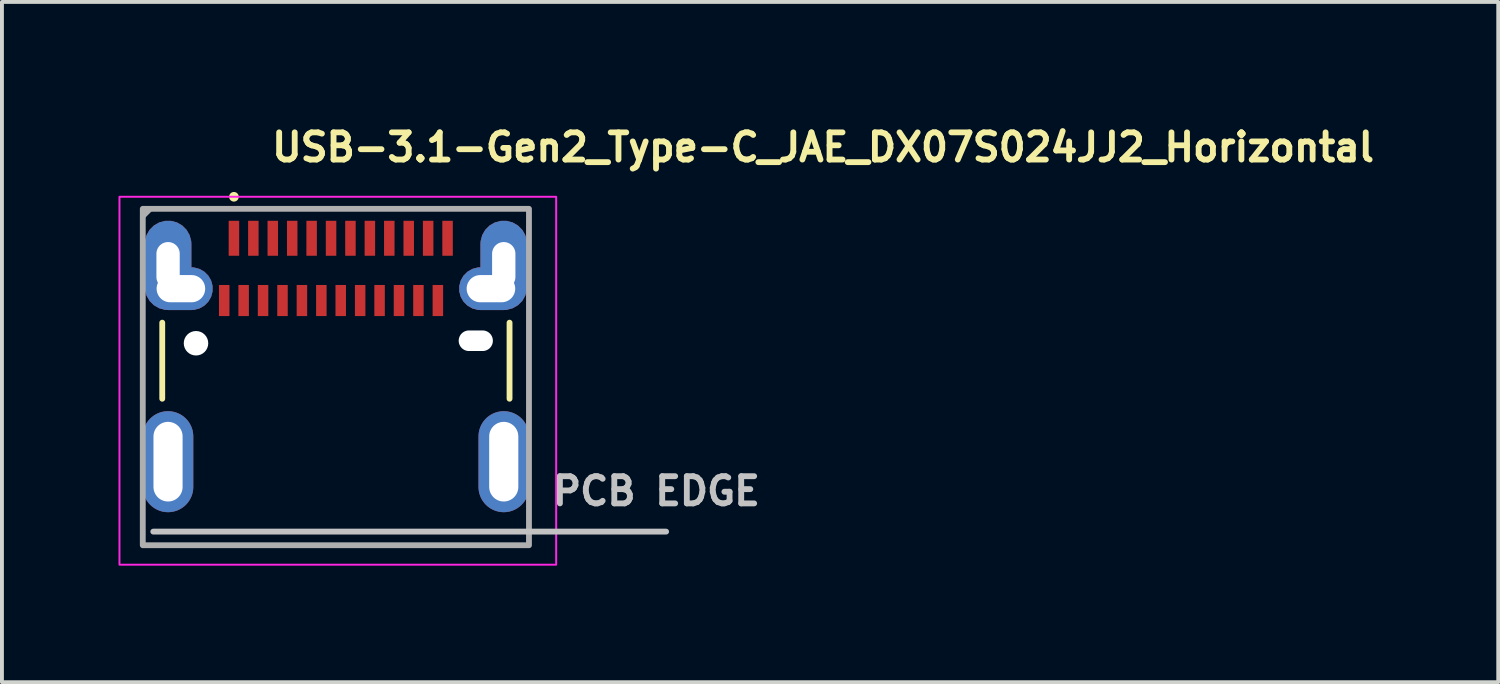
<source format=kicad_pcb>
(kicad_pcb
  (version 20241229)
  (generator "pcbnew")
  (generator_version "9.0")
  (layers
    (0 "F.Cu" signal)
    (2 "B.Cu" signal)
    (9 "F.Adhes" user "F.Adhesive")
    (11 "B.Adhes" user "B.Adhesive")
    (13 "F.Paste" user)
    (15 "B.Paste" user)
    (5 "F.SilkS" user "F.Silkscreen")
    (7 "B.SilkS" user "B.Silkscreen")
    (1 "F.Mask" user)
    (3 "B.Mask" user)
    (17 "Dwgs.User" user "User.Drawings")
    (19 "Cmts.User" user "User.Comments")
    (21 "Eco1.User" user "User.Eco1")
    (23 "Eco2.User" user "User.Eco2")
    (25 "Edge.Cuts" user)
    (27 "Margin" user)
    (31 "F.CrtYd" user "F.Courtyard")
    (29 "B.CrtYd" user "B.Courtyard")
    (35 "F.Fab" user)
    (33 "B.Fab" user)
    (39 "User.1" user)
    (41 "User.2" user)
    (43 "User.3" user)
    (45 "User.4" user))
  (footprint "USB-3.1-Gen2_Type-C_JAE_DX07S024JJ2_Horizontal"
    (layer "F.Cu")
    (at 5.596 6.9)
    (property "Reference" "USB-3.1-Gen2_Type-C_JAE_DX07S024JJ2_Horizontal" (at -1.726 -5.75 0) (layer "F.SilkS") (effects (font (size 0.7 0.7) (thickness 0.15)) (justify left bottom)))
    (attr smd)
    (fp_line (start -4.47 -1.645) (end -4.47 0.313) (stroke (width 0.15) (type solid)) (layer "F.SilkS"))
    (fp_line (start 4.469 -1.645) (end 4.469 0.313) (stroke (width 0.15) (type solid)) (layer "F.SilkS"))
    (fp_circle (center -2.625 -4.885) (end -2.576 -4.885) (stroke (width 0.15) (type solid)) (fill yes) (layer "F.SilkS"))
    (fp_line (start -4.701 3.733) (end 8.499 3.733) (stroke (width 0.15) (type solid)) (layer "Dwgs.User"))
    (fp_rect (start -5.571 -4.885) (end 5.669 4.584) (stroke (width 0.05) (type solid)) (fill no) (layer "F.CrtYd"))
    (fp_line (start -4.96 -4.4) (end -4.81 -4.55) (stroke (width 0.15) (type solid)) (layer "F.Fab"))
    (fp_rect (start -4.971 -4.575) (end 4.969 4.084) (stroke (width 0.15) (type solid)) (fill no) (layer "F.Fab"))
    (fp_rect (start -4.471 -4.085) (end 4.469 4.084) (stroke (width 0.1) (type solid)) (fill no) (layer "User.5"))
    (fp_line (start -4.471 -3.339) (end -4.47 -3.343) (stroke (width 0.02) (type solid)) (layer "User.9"))
    (fp_line (start -4.471 -3.336) (end -4.471 -3.339) (stroke (width 0.02) (type solid)) (layer "User.9"))
    (fp_line (start -4.47 -4.085) (end -4.463 -4.085) (stroke (width 0.02) (type solid)) (layer "User.9"))
    (fp_line (start -4.47 -3.516) (end -4.47 -4.085) (stroke (width 0.02) (type solid)) (layer "User.9"))
    (fp_line (start -4.47 -3.516) (end -4.47 -3.817) (stroke (width 0.02) (type solid)) (layer "User.9"))
    (fp_line (start -4.47 -3.516) (end -4.47 -3.491) (stroke (width 0.02) (type solid)) (layer "User.9"))
    (fp_line (start -4.47 -3.491) (end -4.47 -3.465) (stroke (width 0.02) (type solid)) (layer "User.9"))
    (fp_line (start -4.47 -3.465) (end -4.468 -3.44) (stroke (width 0.02) (type solid)) (layer "User.9"))
    (fp_line (start -4.47 -3.343) (end -4.47 -3.516) (stroke (width 0.02) (type solid)) (layer "User.9"))
    (fp_line (start -4.47 -3.343) (end -4.47 -3.215) (stroke (width 0.02) (type solid)) (layer "User.9"))
    (fp_line (start -4.47 -3.343) (end -4.47 4.084) (stroke (width 0.02) (type solid)) (layer "User.9"))
    (fp_line (start -4.47 -3.334) (end -4.471 -3.336) (stroke (width 0.02) (type solid)) (layer "User.9"))
    (fp_line (start -4.47 -3.331) (end -4.47 -3.334) (stroke (width 0.02) (type solid)) (layer "User.9"))
    (fp_line (start -4.47 -3.329) (end -4.47 -3.331) (stroke (width 0.02) (type solid)) (layer "User.9"))
    (fp_line (start -4.47 -3.326) (end -4.47 -3.329) (stroke (width 0.02) (type solid)) (layer "User.9"))
    (fp_line (start -4.47 -3.325) (end -4.47 -3.326) (stroke (width 0.02) (type solid)) (layer "User.9"))
    (fp_line (start -4.47 -3.322) (end -4.47 -3.325) (stroke (width 0.02) (type solid)) (layer "User.9"))
    (fp_line (start -4.47 -3.322) (end -4.47 -3.322) (stroke (width 0.02) (type solid)) (layer "User.9"))
    (fp_line (start -4.47 -3.321) (end -4.47 -3.322) (stroke (width 0.02) (type solid)) (layer "User.9"))
    (fp_line (start -4.47 -3.321) (end -4.47 -3.321) (stroke (width 0.02) (type solid)) (layer "User.9"))
    (fp_line (start -4.47 -3.319) (end -4.47 -3.321) (stroke (width 0.02) (type solid)) (layer "User.9"))
    (fp_line (start -4.47 -3.318) (end -4.47 -3.319) (stroke (width 0.02) (type solid)) (layer "User.9"))
    (fp_line (start -4.47 -3.318) (end -4.47 -3.318) (stroke (width 0.02) (type solid)) (layer "User.9"))
    (fp_line (start -4.468 -3.44) (end -4.468 -3.415) (stroke (width 0.02) (type solid)) (layer "User.9"))
    (fp_line (start -4.468 -3.415) (end -4.465 -3.391) (stroke (width 0.02) (type solid)) (layer "User.9"))
    (fp_line (start -4.468 -3.318) (end -4.47 -3.318) (stroke (width 0.02) (type solid)) (layer "User.9"))
    (fp_line (start -4.468 -3.318) (end -4.468 -3.318) (stroke (width 0.02) (type solid)) (layer "User.9"))
    (fp_line (start -4.468 -3.318) (end -4.468 -3.318) (stroke (width 0.02) (type solid)) (layer "User.9"))
    (fp_line (start -4.468 -3.317) (end -4.468 -3.318) (stroke (width 0.02) (type solid)) (layer "User.9"))
    (fp_line (start -4.468 -3.317) (end -4.468 -3.317) (stroke (width 0.02) (type solid)) (layer "User.9"))
    (fp_line (start -4.468 -3.317) (end -4.468 -3.317) (stroke (width 0.02) (type solid)) (layer "User.9"))
    (fp_line (start -4.468 -3.317) (end -4.468 -3.317) (stroke (width 0.02) (type solid)) (layer "User.9"))
    (fp_line (start -4.468 -3.317) (end -4.468 -3.317) (stroke (width 0.02) (type solid)) (layer "User.9"))
    (fp_line (start -4.468 -3.317) (end -4.468 -3.317) (stroke (width 0.02) (type solid)) (layer "User.9"))
    (fp_line (start -4.468 -3.317) (end -4.449 -3.317) (stroke (width 0.02) (type solid)) (layer "User.9"))
    (fp_line (start -4.465 -3.391) (end -4.462 -3.366) (stroke (width 0.02) (type solid)) (layer "User.9"))
    (fp_line (start -4.463 -4.085) (end -4.463 -4.085) (stroke (width 0.02) (type solid)) (layer "User.9"))
    (fp_line (start -4.463 -4.085) (end -4.441 -4.085) (stroke (width 0.02) (type solid)) (layer "User.9"))
    (fp_line (start -4.462 -3.366) (end -4.46 -3.34) (stroke (width 0.02) (type solid)) (layer "User.9"))
    (fp_line (start -4.462 4.084) (end -4.47 4.084) (stroke (width 0.02) (type solid)) (layer "User.9"))
    (fp_line (start -4.462 4.084) (end -4.462 4.084) (stroke (width 0.02) (type solid)) (layer "User.9"))
    (fp_line (start -4.46 -3.343) (end -4.47 -3.343) (stroke (width 0.02) (type solid)) (layer "User.9"))
    (fp_line (start -4.46 -3.34) (end -4.455 -3.317) (stroke (width 0.02) (type solid)) (layer "User.9"))
    (fp_line (start -4.449 -3.317) (end -4.449 -3.317) (stroke (width 0.02) (type solid)) (layer "User.9"))
    (fp_line (start -4.449 -3.317) (end -4.417 -3.317) (stroke (width 0.02) (type solid)) (layer "User.9"))
    (fp_line (start -4.441 -4.085) (end -4.441 -4.085) (stroke (width 0.02) (type solid)) (layer "User.9"))
    (fp_line (start -4.441 -4.085) (end -4.406 -4.085) (stroke (width 0.02) (type solid)) (layer "User.9"))
    (fp_line (start -4.439 4.084) (end -4.462 4.084) (stroke (width 0.02) (type solid)) (layer "User.9"))
    (fp_line (start -4.439 4.084) (end -4.439 4.084) (stroke (width 0.02) (type solid)) (layer "User.9"))
    (fp_line (start -4.417 -3.317) (end -4.417 -3.317) (stroke (width 0.02) (type solid)) (layer "User.9"))
    (fp_line (start -4.417 -3.317) (end -4.372 -3.317) (stroke (width 0.02) (type solid)) (layer "User.9"))
    (fp_line (start -4.406 -4.085) (end -4.406 -4.085) (stroke (width 0.02) (type solid)) (layer "User.9"))
    (fp_line (start -4.406 -4.085) (end -4.355 -4.085) (stroke (width 0.02) (type solid)) (layer "User.9"))
    (fp_line (start -4.399 4.084) (end -4.439 4.084) (stroke (width 0.02) (type solid)) (layer "User.9"))
    (fp_line (start -4.399 4.084) (end -4.399 4.084) (stroke (width 0.02) (type solid)) (layer "User.9"))
    (fp_line (start -4.372 -3.317) (end -4.372 -3.317) (stroke (width 0.02) (type solid)) (layer "User.9"))
    (fp_line (start -4.372 -3.317) (end -4.313 -3.317) (stroke (width 0.02) (type solid)) (layer "User.9"))
    (fp_line (start -4.355 -4.085) (end -4.355 -4.085) (stroke (width 0.02) (type solid)) (layer "User.9"))
    (fp_line (start -4.355 -4.085) (end -4.29 -4.085) (stroke (width 0.02) (type solid)) (layer "User.9"))
    (fp_line (start -4.345 4.084) (end -4.399 4.084) (stroke (width 0.02) (type solid)) (layer "User.9"))
    (fp_line (start -4.345 4.084) (end -4.345 4.084) (stroke (width 0.02) (type solid)) (layer "User.9"))
    (fp_line (start -4.313 -3.317) (end -4.313 -3.317) (stroke (width 0.02) (type solid)) (layer "User.9"))
    (fp_line (start -4.313 -3.317) (end -4.241 -3.317) (stroke (width 0.02) (type solid)) (layer "User.9"))
    (fp_line (start -4.29 -4.085) (end -4.29 -4.085) (stroke (width 0.02) (type solid)) (layer "User.9"))
    (fp_line (start -4.29 -4.085) (end -4.215 -4.085) (stroke (width 0.02) (type solid)) (layer "User.9"))
    (fp_line (start -4.276 4.084) (end -4.345 4.084) (stroke (width 0.02) (type solid)) (layer "User.9"))
    (fp_line (start -4.276 4.084) (end -4.276 4.084) (stroke (width 0.02) (type solid)) (layer "User.9"))
    (fp_line (start -4.241 -3.317) (end -4.241 -3.317) (stroke (width 0.02) (type solid)) (layer "User.9"))
    (fp_line (start -4.241 -3.317) (end -4.157 -3.317) (stroke (width 0.02) (type solid)) (layer "User.9"))
    (fp_line (start -4.215 -4.085) (end -4.215 -4.085) (stroke (width 0.02) (type solid)) (layer "User.9"))
    (fp_line (start -4.215 -4.085) (end -4.125 -4.085) (stroke (width 0.02) (type solid)) (layer "User.9"))
    (fp_line (start -4.194 4.084) (end -4.276 4.084) (stroke (width 0.02) (type solid)) (layer "User.9"))
    (fp_line (start -4.194 4.084) (end -4.194 4.084) (stroke (width 0.02) (type solid)) (layer "User.9"))
    (fp_line (start -4.157 -3.317) (end -4.157 -3.317) (stroke (width 0.02) (type solid)) (layer "User.9"))
    (fp_line (start -4.157 -3.317) (end -4.063 -3.317) (stroke (width 0.02) (type solid)) (layer "User.9"))
    (fp_line (start -4.125 -4.085) (end -4.125 -4.085) (stroke (width 0.02) (type solid)) (layer "User.9"))
    (fp_line (start -4.125 -4.085) (end -4.026 -4.085) (stroke (width 0.02) (type solid)) (layer "User.9"))
    (fp_line (start -4.1 4.084) (end -4.194 4.084) (stroke (width 0.02) (type solid)) (layer "User.9"))
    (fp_line (start -4.1 4.084) (end -4.1 4.084) (stroke (width 0.02) (type solid)) (layer "User.9"))
    (fp_line (start -4.063 -3.317) (end -4.063 -3.317) (stroke (width 0.02) (type solid)) (layer "User.9"))
    (fp_line (start -4.063 -3.317) (end -3.959 -3.317) (stroke (width 0.02) (type solid)) (layer "User.9"))
    (fp_line (start -4.026 -4.085) (end -4.026 -4.085) (stroke (width 0.02) (type solid)) (layer "User.9"))
    (fp_line (start -4.026 -4.085) (end -3.918 -4.085) (stroke (width 0.02) (type solid)) (layer "User.9"))
    (fp_line (start -3.992 4.084) (end -4.1 4.084) (stroke (width 0.02) (type solid)) (layer "User.9"))
    (fp_line (start -3.992 4.084) (end -3.992 4.084) (stroke (width 0.02) (type solid)) (layer "User.9"))
    (fp_line (start -3.959 -3.317) (end -3.959 -3.317) (stroke (width 0.02) (type solid)) (layer "User.9"))
    (fp_line (start -3.959 -3.317) (end -3.726 -3.317) (stroke (width 0.02) (type solid)) (layer "User.9"))
    (fp_line (start -3.918 -4.085) (end -3.918 -4.085) (stroke (width 0.02) (type solid)) (layer "User.9"))
    (fp_line (start -3.918 -4.085) (end -3.799 -4.085) (stroke (width 0.02) (type solid)) (layer "User.9"))
    (fp_line (start -3.876 4.084) (end -3.992 4.084) (stroke (width 0.02) (type solid)) (layer "User.9"))
    (fp_line (start -3.876 4.084) (end -3.876 4.084) (stroke (width 0.02) (type solid)) (layer "User.9"))
    (fp_line (start -3.799 -4.085) (end -3.799 -4.085) (stroke (width 0.02) (type solid)) (layer "User.9"))
    (fp_line (start -3.799 -4.085) (end -3.544 -4.085) (stroke (width 0.02) (type solid)) (layer "User.9"))
    (fp_line (start -3.726 -3.317) (end -3.726 -3.317) (stroke (width 0.02) (type solid)) (layer "User.9"))
    (fp_line (start -3.726 -3.317) (end -3.201 -3.317) (stroke (width 0.02) (type solid)) (layer "User.9"))
    (fp_line (start -3.621 4.084) (end -3.876 4.084) (stroke (width 0.02) (type solid)) (layer "User.9"))
    (fp_line (start -3.621 4.084) (end -3.621 4.084) (stroke (width 0.02) (type solid)) (layer "User.9"))
    (fp_line (start -3.544 -4.085) (end -3.544 -4.085) (stroke (width 0.02) (type solid)) (layer "User.9"))
    (fp_line (start -3.544 -4.085) (end -3.27 -4.085) (stroke (width 0.02) (type solid)) (layer "User.9"))
    (fp_line (start -3.27 -4.085) (end -2.75 -4.085) (stroke (width 0.02) (type solid)) (layer "User.9"))
    (fp_line (start -3.201 -3.317) (end -2.9 -3.317) (stroke (width 0.02) (type solid)) (layer "User.9"))
    (fp_line (start -3.201 4.084) (end -3.621 4.084) (stroke (width 0.02) (type solid)) (layer "User.9"))
    (fp_line (start -3.172 -3.987) (end -3.27 -4.085) (stroke (width 0.02) (type solid)) (layer "User.9"))
    (fp_line (start -3.172 -3.317) (end -3.172 -3.987) (stroke (width 0.02) (type solid)) (layer "User.9"))
    (fp_line (start -3.121 -3.935) (end -3.172 -3.987) (stroke (width 0.02) (type solid)) (layer "User.9"))
    (fp_line (start -3.121 -3.935) (end -3.121 -3.317) (stroke (width 0.02) (type solid)) (layer "User.9"))
    (fp_line (start -2.9 -3.317) (end -2.9 -2.536) (stroke (width 0.02) (type solid)) (layer "User.9"))
    (fp_line (start -2.9 -2.528) (end -2.9 -2.536) (stroke (width 0.02) (type solid)) (layer "User.9"))
    (fp_line (start -2.9 -2.521) (end -2.9 -2.528) (stroke (width 0.02) (type solid)) (layer "User.9"))
    (fp_line (start -2.899 -2.513) (end -2.9 -2.521) (stroke (width 0.02) (type solid)) (layer "User.9"))
    (fp_line (start -2.899 -2.507) (end -2.899 -2.513) (stroke (width 0.02) (type solid)) (layer "User.9"))
    (fp_line (start -2.896 -2.5) (end -2.899 -2.507) (stroke (width 0.02) (type solid)) (layer "User.9"))
    (fp_line (start -2.895 -2.492) (end -2.896 -2.5) (stroke (width 0.02) (type solid)) (layer "User.9"))
    (fp_line (start -2.892 -2.485) (end -2.895 -2.492) (stroke (width 0.02) (type solid)) (layer "User.9"))
    (fp_line (start -2.89 -2.479) (end -2.892 -2.485) (stroke (width 0.02) (type solid)) (layer "User.9"))
    (fp_line (start -2.887 -2.472) (end -2.89 -2.479) (stroke (width 0.02) (type solid)) (layer "User.9"))
    (fp_line (start -2.883 -2.465) (end -2.887 -2.472) (stroke (width 0.02) (type solid)) (layer "User.9"))
    (fp_line (start -2.879 -2.459) (end -2.883 -2.465) (stroke (width 0.02) (type solid)) (layer "User.9"))
    (fp_line (start -2.875 -2.452) (end -2.879 -2.459) (stroke (width 0.02) (type solid)) (layer "User.9"))
    (fp_line (start -2.871 -2.447) (end -2.875 -2.452) (stroke (width 0.02) (type solid)) (layer "User.9"))
    (fp_line (start -2.867 -2.44) (end -2.871 -2.447) (stroke (width 0.02) (type solid)) (layer "User.9"))
    (fp_line (start -2.863 -2.436) (end -2.867 -2.44) (stroke (width 0.02) (type solid)) (layer "User.9"))
    (fp_line (start -2.858 -2.43) (end -2.863 -2.436) (stroke (width 0.02) (type solid)) (layer "User.9"))
    (fp_line (start -2.858 -2.43) (end -2.858 -2.43) (stroke (width 0.02) (type solid)) (layer "User.9"))
    (fp_line (start -2.851 -2.424) (end -2.858 -2.43) (stroke (width 0.02) (type solid)) (layer "User.9"))
    (fp_line (start -2.847 -2.419) (end -2.851 -2.424) (stroke (width 0.02) (type solid)) (layer "User.9"))
    (fp_line (start -2.84 -2.415) (end -2.847 -2.419) (stroke (width 0.02) (type solid)) (layer "User.9"))
    (fp_line (start -2.835 -2.411) (end -2.84 -2.415) (stroke (width 0.02) (type solid)) (layer "User.9"))
    (fp_line (start -2.827 -2.407) (end -2.835 -2.411) (stroke (width 0.02) (type solid)) (layer "User.9"))
    (fp_line (start -2.822 -2.403) (end -2.827 -2.407) (stroke (width 0.02) (type solid)) (layer "User.9"))
    (fp_line (start -2.815 -2.4) (end -2.822 -2.403) (stroke (width 0.02) (type solid)) (layer "User.9"))
    (fp_line (start -2.809 -2.398) (end -2.815 -2.4) (stroke (width 0.02) (type solid)) (layer "User.9"))
    (fp_line (start -2.802 -2.395) (end -2.809 -2.398) (stroke (width 0.02) (type solid)) (layer "User.9"))
    (fp_line (start -2.794 -2.392) (end -2.802 -2.395) (stroke (width 0.02) (type solid)) (layer "User.9"))
    (fp_line (start -2.787 -2.391) (end -2.794 -2.392) (stroke (width 0.02) (type solid)) (layer "User.9"))
    (fp_line (start -2.781 -2.388) (end -2.787 -2.391) (stroke (width 0.02) (type solid)) (layer "User.9"))
    (fp_line (start -2.774 -2.387) (end -2.781 -2.388) (stroke (width 0.02) (type solid)) (layer "User.9"))
    (fp_line (start -2.766 -2.387) (end -2.774 -2.387) (stroke (width 0.02) (type solid)) (layer "User.9"))
    (fp_line (start -2.758 -2.387) (end -2.766 -2.387) (stroke (width 0.02) (type solid)) (layer "User.9"))
    (fp_line (start -2.75 -4.085) (end -2.75 -3.886) (stroke (width 0.02) (type solid)) (layer "User.9"))
    (fp_line (start -2.75 -2.386) (end -2.758 -2.387) (stroke (width 0.02) (type solid)) (layer "User.9"))
    (fp_line (start -2.75 -2.386) (end -1.151 -2.386) (stroke (width 0.02) (type solid)) (layer "User.9"))
    (fp_line (start -2.737 -4.085) (end -2.75 -4.085) (stroke (width 0.02) (type solid)) (layer "User.9"))
    (fp_line (start -2.737 -4.085) (end -2.737 -4.085) (stroke (width 0.02) (type solid)) (layer "User.9"))
    (fp_line (start -2.694 -4.085) (end -2.737 -4.085) (stroke (width 0.02) (type solid)) (layer "User.9"))
    (fp_line (start -2.694 -4.085) (end -2.694 -4.085) (stroke (width 0.02) (type solid)) (layer "User.9"))
    (fp_line (start -2.601 -4.085) (end -2.694 -4.085) (stroke (width 0.02) (type solid)) (layer "User.9"))
    (fp_line (start -2.601 -4.085) (end -2.601 -4.085) (stroke (width 0.02) (type solid)) (layer "User.9"))
    (fp_line (start -2.496 -2.636) (end -2.476 -2.636) (stroke (width 0.02) (type solid)) (layer "User.9"))
    (fp_line (start -2.496 -2.386) (end -2.496 -2.636) (stroke (width 0.02) (type solid)) (layer "User.9"))
    (fp_line (start -2.484 -4.085) (end -2.601 -4.085) (stroke (width 0.02) (type solid)) (layer "User.9"))
    (fp_line (start -2.484 -4.085) (end -2.484 -4.085) (stroke (width 0.02) (type solid)) (layer "User.9"))
    (fp_line (start -2.476 -2.636) (end -2.476 -2.386) (stroke (width 0.02) (type solid)) (layer "User.9"))
    (fp_line (start -2.476 -2.636) (end -1.101 -2.636) (stroke (width 0.02) (type solid)) (layer "User.9"))
    (fp_line (start -2.455 -4.085) (end -2.484 -4.085) (stroke (width 0.02) (type solid)) (layer "User.9"))
    (fp_line (start -2.455 -4.085) (end -2.455 -4.085) (stroke (width 0.02) (type solid)) (layer "User.9"))
    (fp_line (start -2.451 -4.085) (end -2.455 -4.085) (stroke (width 0.02) (type solid)) (layer "User.9"))
    (fp_line (start -2.451 -4.085) (end -2.451 -3.886) (stroke (width 0.02) (type solid)) (layer "User.9"))
    (fp_line (start -2.403 -3.455) (end -2.403 -2.685) (stroke (width 0.02) (type solid)) (layer "User.9"))
    (fp_line (start -2.403 -3.455) (end -1.309 -3.455) (stroke (width 0.02) (type solid)) (layer "User.9"))
    (fp_line (start -2.403 -2.685) (end -1.309 -2.685) (stroke (width 0.02) (type solid)) (layer "User.9"))
    (fp_line (start -1.309 -2.685) (end -1.151 -2.685) (stroke (width 0.02) (type solid)) (layer "User.9"))
    (fp_line (start -1.151 -3.455) (end -1.309 -3.455) (stroke (width 0.02) (type solid)) (layer "User.9"))
    (fp_line (start -1.151 -3.455) (end -0.901 -3.455) (stroke (width 0.02) (type solid)) (layer "User.9"))
    (fp_line (start -1.151 -2.685) (end -1.143 -2.685) (stroke (width 0.02) (type solid)) (layer "User.9"))
    (fp_line (start -1.147 -3.496) (end -1.147 -3.455) (stroke (width 0.02) (type solid)) (layer "User.9"))
    (fp_line (start -1.147 -2.685) (end -1.147 -2.636) (stroke (width 0.02) (type solid)) (layer "User.9"))
    (fp_line (start -1.143 -2.685) (end -1.137 -2.685) (stroke (width 0.02) (type solid)) (layer "User.9"))
    (fp_line (start -1.143 -2.387) (end -1.151 -2.386) (stroke (width 0.02) (type solid)) (layer "User.9"))
    (fp_line (start -1.137 -2.685) (end -1.129 -2.685) (stroke (width 0.02) (type solid)) (layer "User.9"))
    (fp_line (start -1.137 -2.387) (end -1.143 -2.387) (stroke (width 0.02) (type solid)) (layer "User.9"))
    (fp_line (start -1.129 -2.685) (end -1.121 -2.684) (stroke (width 0.02) (type solid)) (layer "User.9"))
    (fp_line (start -1.129 -2.387) (end -1.137 -2.387) (stroke (width 0.02) (type solid)) (layer "User.9"))
    (fp_line (start -1.121 -2.684) (end -1.115 -2.681) (stroke (width 0.02) (type solid)) (layer "User.9"))
    (fp_line (start -1.121 -2.388) (end -1.129 -2.387) (stroke (width 0.02) (type solid)) (layer "User.9"))
    (fp_line (start -1.115 -2.681) (end -1.107 -2.68) (stroke (width 0.02) (type solid)) (layer "User.9"))
    (fp_line (start -1.115 -2.391) (end -1.121 -2.388) (stroke (width 0.02) (type solid)) (layer "User.9"))
    (fp_line (start -1.107 -2.68) (end -1.101 -2.677) (stroke (width 0.02) (type solid)) (layer "User.9"))
    (fp_line (start -1.107 -2.392) (end -1.115 -2.391) (stroke (width 0.02) (type solid)) (layer "User.9"))
    (fp_line (start -1.101 -3.496) (end -1.147 -3.496) (stroke (width 0.02) (type solid)) (layer "User.9"))
    (fp_line (start -1.101 -3.496) (end 1.1 -3.496) (stroke (width 0.02) (type solid)) (layer "User.9"))
    (fp_line (start -1.101 -3.455) (end -1.101 -3.496) (stroke (width 0.02) (type solid)) (layer "User.9"))
    (fp_line (start -1.101 -2.677) (end -1.093 -2.674) (stroke (width 0.02) (type solid)) (layer "User.9"))
    (fp_line (start -1.101 -2.636) (end -1.101 -2.677) (stroke (width 0.02) (type solid)) (layer "User.9"))
    (fp_line (start -1.101 -2.395) (end -1.107 -2.392) (stroke (width 0.02) (type solid)) (layer "User.9"))
    (fp_line (start -1.093 -2.674) (end -1.087 -2.672) (stroke (width 0.02) (type solid)) (layer "User.9"))
    (fp_line (start -1.093 -2.398) (end -1.101 -2.395) (stroke (width 0.02) (type solid)) (layer "User.9"))
    (fp_line (start -1.087 -2.672) (end -1.081 -2.669) (stroke (width 0.02) (type solid)) (layer "User.9"))
    (fp_line (start -1.087 -2.4) (end -1.093 -2.398) (stroke (width 0.02) (type solid)) (layer "User.9"))
    (fp_line (start -1.081 -2.669) (end -1.073 -2.665) (stroke (width 0.02) (type solid)) (layer "User.9"))
    (fp_line (start -1.081 -2.403) (end -1.087 -2.4) (stroke (width 0.02) (type solid)) (layer "User.9"))
    (fp_line (start -1.073 -2.665) (end -1.067 -2.661) (stroke (width 0.02) (type solid)) (layer "User.9"))
    (fp_line (start -1.073 -2.407) (end -1.081 -2.403) (stroke (width 0.02) (type solid)) (layer "User.9"))
    (fp_line (start -1.067 -2.661) (end -1.061 -2.657) (stroke (width 0.02) (type solid)) (layer "User.9"))
    (fp_line (start -1.067 -2.411) (end -1.073 -2.407) (stroke (width 0.02) (type solid)) (layer "User.9"))
    (fp_line (start -1.061 -2.657) (end -1.055 -2.653) (stroke (width 0.02) (type solid)) (layer "User.9"))
    (fp_line (start -1.061 -2.415) (end -1.067 -2.411) (stroke (width 0.02) (type solid)) (layer "User.9"))
    (fp_line (start -1.055 -2.653) (end -1.051 -2.648) (stroke (width 0.02) (type solid)) (layer "User.9"))
    (fp_line (start -1.055 -2.419) (end -1.061 -2.415) (stroke (width 0.02) (type solid)) (layer "User.9"))
    (fp_line (start -1.051 -2.648) (end -1.045 -2.642) (stroke (width 0.02) (type solid)) (layer "User.9"))
    (fp_line (start -1.051 -2.424) (end -1.055 -2.419) (stroke (width 0.02) (type solid)) (layer "User.9"))
    (fp_line (start -1.051 -1.476) (end -1.049 -1.486) (stroke (width 0.02) (type solid)) (layer "User.9"))
    (fp_line (start -1.051 -1.466) (end -1.051 -1.476) (stroke (width 0.02) (type solid)) (layer "User.9"))
    (fp_line (start -1.051 -1.166) (end -1.051 -1.466) (stroke (width 0.02) (type solid)) (layer "User.9"))
    (fp_line (start -1.051 -1.156) (end -1.051 -1.166) (stroke (width 0.02) (type solid)) (layer "User.9"))
    (fp_line (start -1.049 -1.496) (end -1.047 -1.506) (stroke (width 0.02) (type solid)) (layer "User.9"))
    (fp_line (start -1.049 -1.486) (end -1.049 -1.496) (stroke (width 0.02) (type solid)) (layer "User.9"))
    (fp_line (start -1.049 -1.145) (end -1.051 -1.156) (stroke (width 0.02) (type solid)) (layer "User.9"))
    (fp_line (start -1.049 -1.135) (end -1.049 -1.145) (stroke (width 0.02) (type solid)) (layer "User.9"))
    (fp_line (start -1.047 -1.506) (end -1.045 -1.516) (stroke (width 0.02) (type solid)) (layer "User.9"))
    (fp_line (start -1.047 -1.125) (end -1.049 -1.135) (stroke (width 0.02) (type solid)) (layer "User.9"))
    (fp_line (start -1.045 -2.642) (end -1.045 -2.642) (stroke (width 0.02) (type solid)) (layer "User.9"))
    (fp_line (start -1.045 -2.642) (end -1.039 -2.637) (stroke (width 0.02) (type solid)) (layer "User.9"))
    (fp_line (start -1.045 -2.43) (end -1.051 -2.424) (stroke (width 0.02) (type solid)) (layer "User.9"))
    (fp_line (start -1.045 -2.43) (end -1.045 -2.43) (stroke (width 0.02) (type solid)) (layer "User.9"))
    (fp_line (start -1.045 -1.516) (end -1.041 -1.526) (stroke (width 0.02) (type solid)) (layer "User.9"))
    (fp_line (start -1.045 -1.117) (end -1.047 -1.125) (stroke (width 0.02) (type solid)) (layer "User.9"))
    (fp_line (start -1.041 -1.526) (end -1.039 -1.534) (stroke (width 0.02) (type solid)) (layer "User.9"))
    (fp_line (start -1.041 -1.107) (end -1.045 -1.117) (stroke (width 0.02) (type solid)) (layer "User.9"))
    (fp_line (start -1.039 -2.637) (end -1.035 -2.632) (stroke (width 0.02) (type solid)) (layer "User.9"))
    (fp_line (start -1.039 -2.436) (end -1.045 -2.43) (stroke (width 0.02) (type solid)) (layer "User.9"))
    (fp_line (start -1.039 -1.534) (end -1.035 -1.543) (stroke (width 0.02) (type solid)) (layer "User.9"))
    (fp_line (start -1.039 -1.097) (end -1.041 -1.107) (stroke (width 0.02) (type solid)) (layer "User.9"))
    (fp_line (start -1.035 -2.632) (end -1.031 -2.625) (stroke (width 0.02) (type solid)) (layer "User.9"))
    (fp_line (start -1.035 -2.44) (end -1.039 -2.436) (stroke (width 0.02) (type solid)) (layer "User.9"))
    (fp_line (start -1.035 -1.543) (end -1.031 -1.553) (stroke (width 0.02) (type solid)) (layer "User.9"))
    (fp_line (start -1.035 -1.089) (end -1.039 -1.097) (stroke (width 0.02) (type solid)) (layer "User.9"))
    (fp_line (start -1.031 -2.625) (end -1.027 -2.62) (stroke (width 0.02) (type solid)) (layer "User.9"))
    (fp_line (start -1.031 -2.447) (end -1.035 -2.44) (stroke (width 0.02) (type solid)) (layer "User.9"))
    (fp_line (start -1.031 -1.553) (end -1.027 -1.561) (stroke (width 0.02) (type solid)) (layer "User.9"))
    (fp_line (start -1.031 -1.079) (end -1.035 -1.089) (stroke (width 0.02) (type solid)) (layer "User.9"))
    (fp_line (start -1.027 -2.62) (end -1.022 -2.613) (stroke (width 0.02) (type solid)) (layer "User.9"))
    (fp_line (start -1.027 -2.452) (end -1.031 -2.447) (stroke (width 0.02) (type solid)) (layer "User.9"))
    (fp_line (start -1.027 -1.561) (end -1.022 -1.569) (stroke (width 0.02) (type solid)) (layer "User.9"))
    (fp_line (start -1.027 -1.071) (end -1.031 -1.079) (stroke (width 0.02) (type solid)) (layer "User.9"))
    (fp_line (start -1.022 -2.613) (end -1.018 -2.606) (stroke (width 0.02) (type solid)) (layer "User.9"))
    (fp_line (start -1.022 -2.459) (end -1.027 -2.452) (stroke (width 0.02) (type solid)) (layer "User.9"))
    (fp_line (start -1.022 -1.569) (end -1.016 -1.577) (stroke (width 0.02) (type solid)) (layer "User.9"))
    (fp_line (start -1.022 -1.063) (end -1.027 -1.071) (stroke (width 0.02) (type solid)) (layer "User.9"))
    (fp_line (start -1.018 -2.606) (end -1.016 -2.601) (stroke (width 0.02) (type solid)) (layer "User.9"))
    (fp_line (start -1.018 -2.465) (end -1.022 -2.459) (stroke (width 0.02) (type solid)) (layer "User.9"))
    (fp_line (start -1.016 -2.601) (end -1.012 -2.593) (stroke (width 0.02) (type solid)) (layer "User.9"))
    (fp_line (start -1.016 -2.472) (end -1.018 -2.465) (stroke (width 0.02) (type solid)) (layer "User.9"))
    (fp_line (start -1.016 -1.577) (end -1.012 -1.585) (stroke (width 0.02) (type solid)) (layer "User.9"))
    (fp_line (start -1.016 -1.055) (end -1.022 -1.063) (stroke (width 0.02) (type solid)) (layer "User.9"))
    (fp_line (start -1.012 -2.593) (end -1.01 -2.586) (stroke (width 0.02) (type solid)) (layer "User.9"))
    (fp_line (start -1.012 -2.479) (end -1.016 -2.472) (stroke (width 0.02) (type solid)) (layer "User.9"))
    (fp_line (start -1.012 -1.585) (end -1.006 -1.593) (stroke (width 0.02) (type solid)) (layer "User.9"))
    (fp_line (start -1.012 -1.047) (end -1.016 -1.055) (stroke (width 0.02) (type solid)) (layer "User.9"))
    (fp_line (start -1.01 -2.586) (end -1.008 -2.58) (stroke (width 0.02) (type solid)) (layer "User.9"))
    (fp_line (start -1.01 -2.485) (end -1.012 -2.479) (stroke (width 0.02) (type solid)) (layer "User.9"))
    (fp_line (start -1.008 -2.58) (end -1.006 -2.573) (stroke (width 0.02) (type solid)) (layer "User.9"))
    (fp_line (start -1.008 -2.492) (end -1.01 -2.485) (stroke (width 0.02) (type solid)) (layer "User.9"))
    (fp_line (start -1.006 -2.573) (end -1.004 -2.565) (stroke (width 0.02) (type solid)) (layer "User.9"))
    (fp_line (start -1.006 -2.5) (end -1.008 -2.492) (stroke (width 0.02) (type solid)) (layer "User.9"))
    (fp_line (start -1.006 -1.593) (end -0.999 -1.601) (stroke (width 0.02) (type solid)) (layer "User.9"))
    (fp_line (start -1.006 -1.039) (end -1.012 -1.047) (stroke (width 0.02) (type solid)) (layer "User.9"))
    (fp_line (start -1.004 -2.565) (end -1.002 -2.559) (stroke (width 0.02) (type solid)) (layer "User.9"))
    (fp_line (start -1.004 -2.507) (end -1.006 -2.5) (stroke (width 0.02) (type solid)) (layer "User.9"))
    (fp_line (start -1.002 -2.559) (end -1.002 -2.551) (stroke (width 0.02) (type solid)) (layer "User.9"))
    (fp_line (start -1.002 -2.551) (end -1.002 -2.544) (stroke (width 0.02) (type solid)) (layer "User.9"))
    (fp_line (start -1.002 -2.544) (end -1 -2.536) (stroke (width 0.02) (type solid)) (layer "User.9"))
    (fp_line (start -1.002 -2.528) (end -1.002 -2.521) (stroke (width 0.02) (type solid)) (layer "User.9"))
    (fp_line (start -1.002 -2.521) (end -1.002 -2.513) (stroke (width 0.02) (type solid)) (layer "User.9"))
    (fp_line (start -1.002 -2.513) (end -1.004 -2.507) (stroke (width 0.02) (type solid)) (layer "User.9"))
    (fp_line (start -1 -2.536) (end -1.002 -2.528) (stroke (width 0.02) (type solid)) (layer "User.9"))
    (fp_line (start -0.999 -1.601) (end -0.992 -1.607) (stroke (width 0.02) (type solid)) (layer "User.9"))
    (fp_line (start -0.999 -1.031) (end -1.006 -1.039) (stroke (width 0.02) (type solid)) (layer "User.9"))
    (fp_line (start -0.992 -1.607) (end -0.985 -1.615) (stroke (width 0.02) (type solid)) (layer "User.9"))
    (fp_line (start -0.992 -1.024) (end -0.999 -1.031) (stroke (width 0.02) (type solid)) (layer "User.9"))
    (fp_line (start -0.985 -1.615) (end -0.978 -1.621) (stroke (width 0.02) (type solid)) (layer "User.9"))
    (fp_line (start -0.985 -1.018) (end -0.992 -1.024) (stroke (width 0.02) (type solid)) (layer "User.9"))
    (fp_line (start -0.978 -1.621) (end -0.97 -1.627) (stroke (width 0.02) (type solid)) (layer "User.9"))
    (fp_line (start -0.978 -1.012) (end -0.985 -1.018) (stroke (width 0.02) (type solid)) (layer "User.9"))
    (fp_line (start -0.97 -1.627) (end -0.962 -1.631) (stroke (width 0.02) (type solid)) (layer "User.9"))
    (fp_line (start -0.97 -1.006) (end -0.978 -1.012) (stroke (width 0.02) (type solid)) (layer "User.9"))
    (fp_line (start -0.962 -1.631) (end -0.955 -1.637) (stroke (width 0.02) (type solid)) (layer "User.9"))
    (fp_line (start -0.962 -1) (end -0.97 -1.006) (stroke (width 0.02) (type solid)) (layer "User.9"))
    (fp_line (start -0.955 -1.637) (end -0.947 -1.641) (stroke (width 0.02) (type solid)) (layer "User.9"))
    (fp_line (start -0.955 -0.994) (end -0.962 -1) (stroke (width 0.02) (type solid)) (layer "User.9"))
    (fp_line (start -0.951 -1.476) (end -0.951 -1.472) (stroke (width 0.02) (type solid)) (layer "User.9"))
    (fp_line (start -0.951 -1.472) (end -0.951 -1.466) (stroke (width 0.02) (type solid)) (layer "User.9"))
    (fp_line (start -0.951 -1.466) (end -0.951 -1.166) (stroke (width 0.02) (type solid)) (layer "User.9"))
    (fp_line (start -0.951 -1.166) (end -0.951 -1.16) (stroke (width 0.02) (type solid)) (layer "User.9"))
    (fp_line (start -0.951 -1.16) (end -0.951 -1.156) (stroke (width 0.02) (type solid)) (layer "User.9"))
    (fp_line (start -0.951 -1.156) (end -0.95 -1.151) (stroke (width 0.02) (type solid)) (layer "User.9"))
    (fp_line (start -0.95 -1.482) (end -0.951 -1.476) (stroke (width 0.02) (type solid)) (layer "User.9"))
    (fp_line (start -0.95 -1.151) (end -0.949 -1.145) (stroke (width 0.02) (type solid)) (layer "User.9"))
    (fp_line (start -0.949 -1.486) (end -0.95 -1.482) (stroke (width 0.02) (type solid)) (layer "User.9"))
    (fp_line (start -0.949 -1.145) (end -0.948 -1.141) (stroke (width 0.02) (type solid)) (layer "User.9"))
    (fp_line (start -0.948 -1.49) (end -0.949 -1.486) (stroke (width 0.02) (type solid)) (layer "User.9"))
    (fp_line (start -0.948 -1.141) (end -0.947 -1.137) (stroke (width 0.02) (type solid)) (layer "User.9"))
    (fp_line (start -0.947 -1.641) (end -0.938 -1.647) (stroke (width 0.02) (type solid)) (layer "User.9"))
    (fp_line (start -0.947 -1.496) (end -0.948 -1.49) (stroke (width 0.02) (type solid)) (layer "User.9"))
    (fp_line (start -0.947 -1.137) (end -0.945 -1.131) (stroke (width 0.02) (type solid)) (layer "User.9"))
    (fp_line (start -0.947 -0.99) (end -0.955 -0.994) (stroke (width 0.02) (type solid)) (layer "User.9"))
    (fp_line (start -0.945 -1.5) (end -0.947 -1.496) (stroke (width 0.02) (type solid)) (layer "User.9"))
    (fp_line (start -0.945 -1.131) (end -0.944 -1.127) (stroke (width 0.02) (type solid)) (layer "User.9"))
    (fp_line (start -0.944 -1.504) (end -0.945 -1.5) (stroke (width 0.02) (type solid)) (layer "User.9"))
    (fp_line (start -0.944 -1.127) (end -0.942 -1.123) (stroke (width 0.02) (type solid)) (layer "User.9"))
    (fp_line (start -0.942 -1.51) (end -0.944 -1.504) (stroke (width 0.02) (type solid)) (layer "User.9"))
    (fp_line (start -0.942 -1.123) (end -0.939 -1.119) (stroke (width 0.02) (type solid)) (layer "User.9"))
    (fp_line (start -0.939 -1.514) (end -0.942 -1.51) (stroke (width 0.02) (type solid)) (layer "User.9"))
    (fp_line (start -0.939 -1.119) (end -0.937 -1.115) (stroke (width 0.02) (type solid)) (layer "User.9"))
    (fp_line (start -0.938 -1.647) (end -0.929 -1.651) (stroke (width 0.02) (type solid)) (layer "User.9"))
    (fp_line (start -0.938 -0.985) (end -0.947 -0.99) (stroke (width 0.02) (type solid)) (layer "User.9"))
    (fp_line (start -0.937 -1.518) (end -0.939 -1.514) (stroke (width 0.02) (type solid)) (layer "User.9"))
    (fp_line (start -0.937 -1.115) (end -0.934 -1.111) (stroke (width 0.02) (type solid)) (layer "User.9"))
    (fp_line (start -0.934 -1.522) (end -0.937 -1.518) (stroke (width 0.02) (type solid)) (layer "User.9"))
    (fp_line (start -0.934 -1.111) (end -0.932 -1.107) (stroke (width 0.02) (type solid)) (layer "User.9"))
    (fp_line (start -0.932 -1.526) (end -0.934 -1.522) (stroke (width 0.02) (type solid)) (layer "User.9"))
    (fp_line (start -0.932 -1.107) (end -0.929 -1.103) (stroke (width 0.02) (type solid)) (layer "User.9"))
    (fp_line (start -0.929 -1.651) (end -0.92 -1.653) (stroke (width 0.02) (type solid)) (layer "User.9"))
    (fp_line (start -0.929 -1.53) (end -0.932 -1.526) (stroke (width 0.02) (type solid)) (layer "User.9"))
    (fp_line (start -0.929 -1.103) (end -0.925 -1.099) (stroke (width 0.02) (type solid)) (layer "User.9"))
    (fp_line (start -0.929 -0.981) (end -0.938 -0.985) (stroke (width 0.02) (type solid)) (layer "User.9"))
    (fp_line (start -0.925 -1.534) (end -0.929 -1.53) (stroke (width 0.02) (type solid)) (layer "User.9"))
    (fp_line (start -0.925 -1.099) (end -0.922 -1.095) (stroke (width 0.02) (type solid)) (layer "User.9"))
    (fp_line (start -0.922 -1.536) (end -0.925 -1.534) (stroke (width 0.02) (type solid)) (layer "User.9"))
    (fp_line (start -0.922 -1.095) (end -0.919 -1.091) (stroke (width 0.02) (type solid)) (layer "User.9"))
    (fp_line (start -0.92 -1.653) (end -0.911 -1.657) (stroke (width 0.02) (type solid)) (layer "User.9"))
    (fp_line (start -0.92 -0.978) (end -0.929 -0.981) (stroke (width 0.02) (type solid)) (layer "User.9"))
    (fp_line (start -0.919 -1.541) (end -0.922 -1.536) (stroke (width 0.02) (type solid)) (layer "User.9"))
    (fp_line (start -0.919 -1.091) (end -0.915 -1.089) (stroke (width 0.02) (type solid)) (layer "User.9"))
    (fp_line (start -0.915 -1.543) (end -0.919 -1.541) (stroke (width 0.02) (type solid)) (layer "User.9"))
    (fp_line (start -0.915 -1.089) (end -0.911 -1.085) (stroke (width 0.02) (type solid)) (layer "User.9"))
    (fp_line (start -0.911 -1.657) (end -0.901 -1.659) (stroke (width 0.02) (type solid)) (layer "User.9"))
    (fp_line (start -0.911 -1.547) (end -0.915 -1.543) (stroke (width 0.02) (type solid)) (layer "User.9"))
    (fp_line (start -0.911 -1.085) (end -0.907 -1.083) (stroke (width 0.02) (type solid)) (layer "User.9"))
    (fp_line (start -0.911 -0.974) (end -0.92 -0.978) (stroke (width 0.02) (type solid)) (layer "User.9"))
    (fp_line (start -0.907 -1.549) (end -0.911 -1.547) (stroke (width 0.02) (type solid)) (layer "User.9"))
    (fp_line (start -0.907 -1.083) (end -0.903 -1.081) (stroke (width 0.02) (type solid)) (layer "User.9"))
    (fp_line (start -0.903 -1.551) (end -0.907 -1.549) (stroke (width 0.02) (type solid)) (layer "User.9"))
    (fp_line (start -0.903 -1.081) (end -0.899 -1.079) (stroke (width 0.02) (type solid)) (layer "User.9"))
    (fp_line (start -0.901 -3.455) (end -0.844 -3.326) (stroke (width 0.02) (type solid)) (layer "User.9"))
    (fp_line (start -0.901 -1.659) (end -0.891 -1.661) (stroke (width 0.02) (type solid)) (layer "User.9"))
    (fp_line (start -0.901 -0.972) (end -0.911 -0.974) (stroke (width 0.02) (type solid)) (layer "User.9"))
    (fp_line (start -0.899 -1.553) (end -0.903 -1.551) (stroke (width 0.02) (type solid)) (layer "User.9"))
    (fp_line (start -0.899 -1.079) (end -0.894 -1.075) (stroke (width 0.02) (type solid)) (layer "User.9"))
    (fp_line (start -0.894 -1.557) (end -0.899 -1.553) (stroke (width 0.02) (type solid)) (layer "User.9"))
    (fp_line (start -0.894 -1.075) (end -0.889 -1.073) (stroke (width 0.02) (type solid)) (layer "User.9"))
    (fp_line (start -0.891 -1.661) (end -0.881 -1.663) (stroke (width 0.02) (type solid)) (layer "User.9"))
    (fp_line (start -0.891 -0.97) (end -0.901 -0.972) (stroke (width 0.02) (type solid)) (layer "User.9"))
    (fp_line (start -0.889 -1.559) (end -0.894 -1.557) (stroke (width 0.02) (type solid)) (layer "User.9"))
    (fp_line (start -0.889 -1.073) (end -0.885 -1.073) (stroke (width 0.02) (type solid)) (layer "User.9"))
    (fp_line (start -0.885 -1.559) (end -0.889 -1.559) (stroke (width 0.02) (type solid)) (layer "User.9"))
    (fp_line (start -0.885 -1.073) (end -0.88 -1.071) (stroke (width 0.02) (type solid)) (layer "User.9"))
    (fp_line (start -0.881 -1.663) (end -0.871 -1.665) (stroke (width 0.02) (type solid)) (layer "User.9"))
    (fp_line (start -0.881 -0.968) (end -0.891 -0.97) (stroke (width 0.02) (type solid)) (layer "User.9"))
    (fp_line (start -0.88 -1.561) (end -0.885 -1.559) (stroke (width 0.02) (type solid)) (layer "User.9"))
    (fp_line (start -0.88 -1.071) (end -0.875 -1.069) (stroke (width 0.02) (type solid)) (layer "User.9"))
    (fp_line (start -0.875 -1.563) (end -0.88 -1.561) (stroke (width 0.02) (type solid)) (layer "User.9"))
    (fp_line (start -0.875 -1.069) (end -0.871 -1.069) (stroke (width 0.02) (type solid)) (layer "User.9"))
    (fp_line (start -0.871 -1.665) (end -0.861 -1.666) (stroke (width 0.02) (type solid)) (layer "User.9"))
    (fp_line (start -0.871 -1.563) (end -0.875 -1.563) (stroke (width 0.02) (type solid)) (layer "User.9"))
    (fp_line (start -0.871 -1.069) (end -0.866 -1.067) (stroke (width 0.02) (type solid)) (layer "User.9"))
    (fp_line (start -0.871 -0.967) (end -0.881 -0.968) (stroke (width 0.02) (type solid)) (layer "User.9"))
    (fp_line (start -0.866 -1.565) (end -0.871 -1.563) (stroke (width 0.02) (type solid)) (layer "User.9"))
    (fp_line (start -0.866 -1.067) (end -0.861 -1.067) (stroke (width 0.02) (type solid)) (layer "User.9"))
    (fp_line (start -0.861 -1.666) (end -0.85 -1.666) (stroke (width 0.02) (type solid)) (layer "User.9"))
    (fp_line (start -0.861 -1.565) (end -0.866 -1.565) (stroke (width 0.02) (type solid)) (layer "User.9"))
    (fp_line (start -0.861 -1.067) (end -0.856 -1.067) (stroke (width 0.02) (type solid)) (layer "User.9"))
    (fp_line (start -0.861 -0.966) (end -0.871 -0.967) (stroke (width 0.02) (type solid)) (layer "User.9"))
    (fp_line (start -0.856 -1.565) (end -0.861 -1.565) (stroke (width 0.02) (type solid)) (layer "User.9"))
    (fp_line (start -0.856 -1.067) (end -0.85 -1.065) (stroke (width 0.02) (type solid)) (layer "User.9"))
    (fp_line (start -0.85 -1.666) (end 0.849 -1.666) (stroke (width 0.02) (type solid)) (layer "User.9"))
    (fp_line (start -0.85 -1.565) (end -0.856 -1.565) (stroke (width 0.02) (type solid)) (layer "User.9"))
    (fp_line (start -0.85 -1.065) (end 0.849 -1.065) (stroke (width 0.02) (type solid)) (layer "User.9"))
    (fp_line (start -0.85 -0.965) (end -0.861 -0.966) (stroke (width 0.02) (type solid)) (layer "User.9"))
    (fp_line (start -0.844 -3.326) (end -0.843 -3.323) (stroke (width 0.02) (type solid)) (layer "User.9"))
    (fp_line (start -0.843 -3.323) (end -0.841 -3.321) (stroke (width 0.02) (type solid)) (layer "User.9"))
    (fp_line (start -0.841 -3.321) (end -0.84 -3.318) (stroke (width 0.02) (type solid)) (layer "User.9"))
    (fp_line (start -0.84 -3.318) (end -0.838 -3.314) (stroke (width 0.02) (type solid)) (layer "User.9"))
    (fp_line (start -0.838 -3.314) (end -0.836 -3.313) (stroke (width 0.02) (type solid)) (layer "User.9"))
    (fp_line (start -0.836 -3.313) (end -0.834 -3.31) (stroke (width 0.02) (type solid)) (layer "User.9"))
    (fp_line (start -0.834 -3.31) (end -0.833 -3.306) (stroke (width 0.02) (type solid)) (layer "User.9"))
    (fp_line (start -0.833 -3.306) (end -0.831 -3.305) (stroke (width 0.02) (type solid)) (layer "User.9"))
    (fp_line (start -0.831 -3.305) (end -0.829 -3.302) (stroke (width 0.02) (type solid)) (layer "User.9"))
    (fp_line (start -0.829 -3.302) (end -0.827 -3.301) (stroke (width 0.02) (type solid)) (layer "User.9"))
    (fp_line (start -0.827 -3.301) (end -0.824 -3.298) (stroke (width 0.02) (type solid)) (layer "User.9"))
    (fp_line (start -0.824 -3.298) (end -0.822 -3.297) (stroke (width 0.02) (type solid)) (layer "User.9"))
    (fp_line (start -0.822 -3.297) (end -0.819 -3.294) (stroke (width 0.02) (type solid)) (layer "User.9"))
    (fp_line (start -0.819 -3.294) (end -0.817 -3.293) (stroke (width 0.02) (type solid)) (layer "User.9"))
    (fp_line (start -0.817 -3.293) (end -0.814 -3.29) (stroke (width 0.02) (type solid)) (layer "User.9"))
    (fp_line (start -0.814 -3.29) (end -0.811 -3.29) (stroke (width 0.02) (type solid)) (layer "User.9"))
    (fp_line (start -0.811 -3.29) (end -0.808 -3.289) (stroke (width 0.02) (type solid)) (layer "User.9"))
    (fp_line (start -0.808 -3.289) (end -0.805 -3.286) (stroke (width 0.02) (type solid)) (layer "User.9"))
    (fp_line (start -0.805 -3.286) (end -0.802 -3.286) (stroke (width 0.02) (type solid)) (layer "User.9"))
    (fp_line (start -0.802 -3.286) (end -0.799 -3.285) (stroke (width 0.02) (type solid)) (layer "User.9"))
    (fp_line (start -0.799 -3.285) (end -0.796 -3.283) (stroke (width 0.02) (type solid)) (layer "User.9"))
    (fp_line (start -0.796 -3.283) (end -0.793 -3.282) (stroke (width 0.02) (type solid)) (layer "User.9"))
    (fp_line (start -0.793 -3.282) (end -0.79 -3.282) (stroke (width 0.02) (type solid)) (layer "User.9"))
    (fp_line (start -0.79 -3.282) (end -0.787 -3.282) (stroke (width 0.02) (type solid)) (layer "User.9"))
    (fp_line (start -0.787 -3.282) (end -0.784 -3.282) (stroke (width 0.02) (type solid)) (layer "User.9"))
    (fp_line (start -0.784 -3.282) (end -0.781 -3.282) (stroke (width 0.02) (type solid)) (layer "User.9"))
    (fp_line (start -0.781 -3.282) (end -0.778 -3.281) (stroke (width 0.02) (type solid)) (layer "User.9"))
    (fp_line (start -0.778 -3.281) (end -0.774 -3.282) (stroke (width 0.02) (type solid)) (layer "User.9"))
    (fp_line (start -0.774 -3.282) (end -0.771 -3.282) (stroke (width 0.02) (type solid)) (layer "User.9"))
    (fp_line (start -0.771 -3.282) (end -0.767 -3.282) (stroke (width 0.02) (type solid)) (layer "User.9"))
    (fp_line (start -0.767 -3.282) (end -0.764 -3.282) (stroke (width 0.02) (type solid)) (layer "User.9"))
    (fp_line (start -0.764 -3.282) (end -0.76 -3.282) (stroke (width 0.02) (type solid)) (layer "User.9"))
    (fp_line (start -0.76 -3.282) (end -0.76 -3.282) (stroke (width 0.02) (type solid)) (layer "User.9"))
    (fp_line (start -0.76 -3.282) (end -0.757 -3.283) (stroke (width 0.02) (type solid)) (layer "User.9"))
    (fp_line (start -0.757 -3.283) (end -0.754 -3.285) (stroke (width 0.02) (type solid)) (layer "User.9"))
    (fp_line (start -0.754 -3.285) (end -0.751 -3.286) (stroke (width 0.02) (type solid)) (layer "User.9"))
    (fp_line (start -0.751 -3.286) (end -0.748 -3.286) (stroke (width 0.02) (type solid)) (layer "User.9"))
    (fp_line (start -0.748 -3.286) (end -0.745 -3.287) (stroke (width 0.02) (type solid)) (layer "User.9"))
    (fp_line (start -0.745 -3.287) (end -0.742 -3.289) (stroke (width 0.02) (type solid)) (layer "User.9"))
    (fp_line (start -0.742 -3.289) (end -0.739 -3.29) (stroke (width 0.02) (type solid)) (layer "User.9"))
    (fp_line (start -0.739 -3.29) (end -0.736 -3.293) (stroke (width 0.02) (type solid)) (layer "User.9"))
    (fp_line (start -0.736 -3.293) (end -0.734 -3.294) (stroke (width 0.02) (type solid)) (layer "User.9"))
    (fp_line (start -0.734 -3.294) (end -0.731 -3.295) (stroke (width 0.02) (type solid)) (layer "User.9"))
    (fp_line (start -0.731 -3.295) (end -0.728 -3.298) (stroke (width 0.02) (type solid)) (layer "User.9"))
    (fp_line (start -0.728 -3.298) (end -0.726 -3.299) (stroke (width 0.02) (type solid)) (layer "User.9"))
    (fp_line (start -0.726 -3.299) (end -0.724 -3.302) (stroke (width 0.02) (type solid)) (layer "User.9"))
    (fp_line (start -0.724 -3.302) (end -0.721 -3.303) (stroke (width 0.02) (type solid)) (layer "User.9"))
    (fp_line (start -0.721 -3.303) (end -0.719 -3.306) (stroke (width 0.02) (type solid)) (layer "User.9"))
    (fp_line (start -0.719 -3.306) (end -0.717 -3.309) (stroke (width 0.02) (type solid)) (layer "User.9"))
    (fp_line (start -0.717 -3.309) (end -0.715 -3.311) (stroke (width 0.02) (type solid)) (layer "User.9"))
    (fp_line (start -0.715 -3.311) (end -0.714 -3.314) (stroke (width 0.02) (type solid)) (layer "User.9"))
    (fp_line (start -0.714 -3.314) (end -0.712 -3.317) (stroke (width 0.02) (type solid)) (layer "User.9"))
    (fp_line (start -0.712 -3.317) (end -0.71 -3.319) (stroke (width 0.02) (type solid)) (layer "User.9"))
    (fp_line (start -0.71 -3.319) (end -0.709 -3.322) (stroke (width 0.02) (type solid)) (layer "User.9"))
    (fp_line (start -0.709 -3.322) (end -0.707 -3.325) (stroke (width 0.02) (type solid)) (layer "User.9"))
    (fp_line (start -0.707 -3.325) (end -0.706 -3.327) (stroke (width 0.02) (type solid)) (layer "User.9"))
    (fp_line (start -0.706 -3.327) (end -0.705 -3.331) (stroke (width 0.02) (type solid)) (layer "User.9"))
    (fp_line (start -0.705 -3.331) (end -0.704 -3.334) (stroke (width 0.02) (type solid)) (layer "User.9"))
    (fp_line (start -0.704 -3.336) (end -0.703 -3.339) (stroke (width 0.02) (type solid)) (layer "User.9"))
    (fp_line (start -0.704 -3.334) (end -0.704 -3.336) (stroke (width 0.02) (type solid)) (layer "User.9"))
    (fp_line (start -0.703 -3.343) (end -0.702 -3.347) (stroke (width 0.02) (type solid)) (layer "User.9"))
    (fp_line (start -0.703 -3.339) (end -0.703 -3.343) (stroke (width 0.02) (type solid)) (layer "User.9"))
    (fp_line (start -0.702 -3.352) (end -0.701 -3.356) (stroke (width 0.02) (type solid)) (layer "User.9"))
    (fp_line (start -0.702 -3.35) (end -0.702 -3.352) (stroke (width 0.02) (type solid)) (layer "User.9"))
    (fp_line (start -0.702 -3.347) (end -0.702 -3.35) (stroke (width 0.02) (type solid)) (layer "User.9"))
    (fp_line (start -0.701 -3.356) (end 0.7 -3.356) (stroke (width 0.02) (type solid)) (layer "User.9"))
    (fp_line (start 0.7 -3.356) (end 0.7 -3.352) (stroke (width 0.02) (type solid)) (layer "User.9"))
    (fp_line (start 0.7 -3.352) (end 0.7 -3.35) (stroke (width 0.02) (type solid)) (layer "User.9"))
    (fp_line (start 0.7 -3.35) (end 0.7 -3.347) (stroke (width 0.02) (type solid)) (layer "User.9"))
    (fp_line (start 0.7 -3.347) (end 0.701 -3.343) (stroke (width 0.02) (type solid)) (layer "User.9"))
    (fp_line (start 0.701 -3.343) (end 0.701 -3.339) (stroke (width 0.02) (type solid)) (layer "User.9"))
    (fp_line (start 0.701 -3.339) (end 0.702 -3.336) (stroke (width 0.02) (type solid)) (layer "User.9"))
    (fp_line (start 0.702 -3.336) (end 0.703 -3.334) (stroke (width 0.02) (type solid)) (layer "User.9"))
    (fp_line (start 0.703 -3.334) (end 0.703 -3.331) (stroke (width 0.02) (type solid)) (layer "User.9"))
    (fp_line (start 0.703 -3.331) (end 0.704 -3.327) (stroke (width 0.02) (type solid)) (layer "User.9"))
    (fp_line (start 0.704 -3.327) (end 0.705 -3.325) (stroke (width 0.02) (type solid)) (layer "User.9"))
    (fp_line (start 0.705 -3.325) (end 0.707 -3.322) (stroke (width 0.02) (type solid)) (layer "User.9"))
    (fp_line (start 0.707 -3.322) (end 0.708 -3.319) (stroke (width 0.02) (type solid)) (layer "User.9"))
    (fp_line (start 0.708 -3.319) (end 0.712 -3.314) (stroke (width 0.02) (type solid)) (layer "User.9"))
    (fp_line (start 0.712 -3.314) (end 0.715 -3.309) (stroke (width 0.02) (type solid)) (layer "User.9"))
    (fp_line (start 0.715 -3.309) (end 0.72 -3.303) (stroke (width 0.02) (type solid)) (layer "User.9"))
    (fp_line (start 0.72 -3.303) (end 0.724 -3.299) (stroke (width 0.02) (type solid)) (layer "User.9"))
    (fp_line (start 0.724 -3.299) (end 0.727 -3.298) (stroke (width 0.02) (type solid)) (layer "User.9"))
    (fp_line (start 0.727 -3.298) (end 0.729 -3.295) (stroke (width 0.02) (type solid)) (layer "User.9"))
    (fp_line (start 0.729 -3.295) (end 0.732 -3.294) (stroke (width 0.02) (type solid)) (layer "User.9"))
    (fp_line (start 0.732 -3.294) (end 0.734 -3.293) (stroke (width 0.02) (type solid)) (layer "User.9"))
    (fp_line (start 0.734 -3.293) (end 0.737 -3.29) (stroke (width 0.02) (type solid)) (layer "User.9"))
    (fp_line (start 0.737 -3.29) (end 0.74 -3.289) (stroke (width 0.02) (type solid)) (layer "User.9"))
    (fp_line (start 0.74 -3.289) (end 0.743 -3.287) (stroke (width 0.02) (type solid)) (layer "User.9"))
    (fp_line (start 0.743 -3.287) (end 0.746 -3.286) (stroke (width 0.02) (type solid)) (layer "User.9"))
    (fp_line (start 0.746 -3.286) (end 0.749 -3.286) (stroke (width 0.02) (type solid)) (layer "User.9"))
    (fp_line (start 0.749 -3.286) (end 0.752 -3.285) (stroke (width 0.02) (type solid)) (layer "User.9"))
    (fp_line (start 0.752 -3.285) (end 0.755 -3.283) (stroke (width 0.02) (type solid)) (layer "User.9"))
    (fp_line (start 0.755 -3.283) (end 0.758 -3.282) (stroke (width 0.02) (type solid)) (layer "User.9"))
    (fp_line (start 0.758 -3.282) (end 0.758 -3.282) (stroke (width 0.02) (type solid)) (layer "User.9"))
    (fp_line (start 0.758 -3.282) (end 0.762 -3.282) (stroke (width 0.02) (type solid)) (layer "User.9"))
    (fp_line (start 0.762 -3.282) (end 0.765 -3.282) (stroke (width 0.02) (type solid)) (layer "User.9"))
    (fp_line (start 0.765 -3.282) (end 0.769 -3.282) (stroke (width 0.02) (type solid)) (layer "User.9"))
    (fp_line (start 0.769 -3.282) (end 0.772 -3.282) (stroke (width 0.02) (type solid)) (layer "User.9"))
    (fp_line (start 0.772 -3.282) (end 0.779 -3.282) (stroke (width 0.02) (type solid)) (layer "User.9"))
    (fp_line (start 0.779 -3.282) (end 0.785 -3.282) (stroke (width 0.02) (type solid)) (layer "User.9"))
    (fp_line (start 0.785 -3.282) (end 0.791 -3.282) (stroke (width 0.02) (type solid)) (layer "User.9"))
    (fp_line (start 0.791 -3.282) (end 0.797 -3.285) (stroke (width 0.02) (type solid)) (layer "User.9"))
    (fp_line (start 0.797 -3.285) (end 0.803 -3.286) (stroke (width 0.02) (type solid)) (layer "User.9"))
    (fp_line (start 0.803 -3.286) (end 0.809 -3.29) (stroke (width 0.02) (type solid)) (layer "User.9"))
    (fp_line (start 0.809 -3.29) (end 0.815 -3.293) (stroke (width 0.02) (type solid)) (layer "User.9"))
    (fp_line (start 0.815 -3.293) (end 0.82 -3.297) (stroke (width 0.02) (type solid)) (layer "User.9"))
    (fp_line (start 0.82 -3.297) (end 0.825 -3.301) (stroke (width 0.02) (type solid)) (layer "User.9"))
    (fp_line (start 0.825 -3.301) (end 0.829 -3.305) (stroke (width 0.02) (type solid)) (layer "User.9"))
    (fp_line (start 0.829 -3.305) (end 0.832 -3.31) (stroke (width 0.02) (type solid)) (layer "User.9"))
    (fp_line (start 0.832 -3.31) (end 0.836 -3.314) (stroke (width 0.02) (type solid)) (layer "User.9"))
    (fp_line (start 0.836 -3.314) (end 0.838 -3.318) (stroke (width 0.02) (type solid)) (layer "User.9"))
    (fp_line (start 0.838 -3.318) (end 0.839 -3.321) (stroke (width 0.02) (type solid)) (layer "User.9"))
    (fp_line (start 0.839 -3.321) (end 0.841 -3.323) (stroke (width 0.02) (type solid)) (layer "User.9"))
    (fp_line (start 0.841 -3.323) (end 0.842 -3.326) (stroke (width 0.02) (type solid)) (layer "User.9"))
    (fp_line (start 0.842 -3.326) (end 0.9 -3.455) (stroke (width 0.02) (type solid)) (layer "User.9"))
    (fp_line (start 0.849 -1.666) (end 0.859 -1.666) (stroke (width 0.02) (type solid)) (layer "User.9"))
    (fp_line (start 0.849 -1.565) (end -0.85 -1.565) (stroke (width 0.02) (type solid)) (layer "User.9"))
    (fp_line (start 0.849 -1.065) (end 0.854 -1.067) (stroke (width 0.02) (type solid)) (layer "User.9"))
    (fp_line (start 0.849 -0.965) (end -0.85 -0.965) (stroke (width 0.02) (type solid)) (layer "User.9"))
    (fp_line (start 0.854 -1.565) (end 0.849 -1.565) (stroke (width 0.02) (type solid)) (layer "User.9"))
    (fp_line (start 0.854 -1.067) (end 0.859 -1.067) (stroke (width 0.02) (type solid)) (layer "User.9"))
    (fp_line (start 0.859 -1.666) (end 0.869 -1.665) (stroke (width 0.02) (type solid)) (layer "User.9"))
    (fp_line (start 0.859 -1.565) (end 0.854 -1.565) (stroke (width 0.02) (type solid)) (layer "User.9"))
    (fp_line (start 0.859 -1.067) (end 0.864 -1.067) (stroke (width 0.02) (type solid)) (layer "User.9"))
    (fp_line (start 0.859 -0.966) (end 0.849 -0.965) (stroke (width 0.02) (type solid)) (layer "User.9"))
    (fp_line (start 0.864 -1.565) (end 0.859 -1.565) (stroke (width 0.02) (type solid)) (layer "User.9"))
    (fp_line (start 0.864 -1.067) (end 0.869 -1.069) (stroke (width 0.02) (type solid)) (layer "User.9"))
    (fp_line (start 0.869 -1.665) (end 0.879 -1.663) (stroke (width 0.02) (type solid)) (layer "User.9"))
    (fp_line (start 0.869 -1.563) (end 0.864 -1.565) (stroke (width 0.02) (type solid)) (layer "User.9"))
    (fp_line (start 0.869 -1.069) (end 0.874 -1.069) (stroke (width 0.02) (type solid)) (layer "User.9"))
    (fp_line (start 0.869 -0.967) (end 0.859 -0.966) (stroke (width 0.02) (type solid)) (layer "User.9"))
    (fp_line (start 0.874 -1.563) (end 0.869 -1.563) (stroke (width 0.02) (type solid)) (layer "User.9"))
    (fp_line (start 0.874 -1.069) (end 0.878 -1.071) (stroke (width 0.02) (type solid)) (layer "User.9"))
    (fp_line (start 0.878 -1.561) (end 0.874 -1.563) (stroke (width 0.02) (type solid)) (layer "User.9"))
    (fp_line (start 0.878 -1.071) (end 0.883 -1.073) (stroke (width 0.02) (type solid)) (layer "User.9"))
    (fp_line (start 0.879 -1.663) (end 0.889 -1.661) (stroke (width 0.02) (type solid)) (layer "User.9"))
    (fp_line (start 0.879 -0.968) (end 0.869 -0.967) (stroke (width 0.02) (type solid)) (layer "User.9"))
    (fp_line (start 0.883 -1.559) (end 0.878 -1.561) (stroke (width 0.02) (type solid)) (layer "User.9"))
    (fp_line (start 0.883 -1.073) (end 0.887 -1.073) (stroke (width 0.02) (type solid)) (layer "User.9"))
    (fp_line (start 0.887 -1.559) (end 0.883 -1.559) (stroke (width 0.02) (type solid)) (layer "User.9"))
    (fp_line (start 0.887 -1.073) (end 0.892 -1.075) (stroke (width 0.02) (type solid)) (layer "User.9"))
    (fp_line (start 0.889 -1.661) (end 0.9 -1.659) (stroke (width 0.02) (type solid)) (layer "User.9"))
    (fp_line (start 0.889 -0.97) (end 0.879 -0.968) (stroke (width 0.02) (type solid)) (layer "User.9"))
    (fp_line (start 0.892 -1.557) (end 0.887 -1.559) (stroke (width 0.02) (type solid)) (layer "User.9"))
    (fp_line (start 0.892 -1.075) (end 0.897 -1.079) (stroke (width 0.02) (type solid)) (layer "User.9"))
    (fp_line (start 0.897 -1.553) (end 0.892 -1.557) (stroke (width 0.02) (type solid)) (layer "User.9"))
    (fp_line (start 0.897 -1.079) (end 0.901 -1.081) (stroke (width 0.02) (type solid)) (layer "User.9"))
    (fp_line (start 0.9 -3.455) (end 1.15 -3.455) (stroke (width 0.02) (type solid)) (layer "User.9"))
    (fp_line (start 0.9 -1.659) (end 0.909 -1.657) (stroke (width 0.02) (type solid)) (layer "User.9"))
    (fp_line (start 0.9 -0.972) (end 0.889 -0.97) (stroke (width 0.02) (type solid)) (layer "User.9"))
    (fp_line (start 0.901 -1.551) (end 0.897 -1.553) (stroke (width 0.02) (type solid)) (layer "User.9"))
    (fp_line (start 0.901 -1.081) (end 0.905 -1.083) (stroke (width 0.02) (type solid)) (layer "User.9"))
    (fp_line (start 0.905 -1.549) (end 0.901 -1.551) (stroke (width 0.02) (type solid)) (layer "User.9"))
    (fp_line (start 0.905 -1.083) (end 0.909 -1.085) (stroke (width 0.02) (type solid)) (layer "User.9"))
    (fp_line (start 0.909 -1.657) (end 0.918 -1.653) (stroke (width 0.02) (type solid)) (layer "User.9"))
    (fp_line (start 0.909 -1.547) (end 0.905 -1.549) (stroke (width 0.02) (type solid)) (layer "User.9"))
    (fp_line (start 0.909 -1.085) (end 0.913 -1.089) (stroke (width 0.02) (type solid)) (layer "User.9"))
    (fp_line (start 0.909 -0.974) (end 0.9 -0.972) (stroke (width 0.02) (type solid)) (layer "User.9"))
    (fp_line (start 0.913 -1.543) (end 0.909 -1.547) (stroke (width 0.02) (type solid)) (layer "User.9"))
    (fp_line (start 0.913 -1.089) (end 0.917 -1.091) (stroke (width 0.02) (type solid)) (layer "User.9"))
    (fp_line (start 0.917 -1.541) (end 0.913 -1.543) (stroke (width 0.02) (type solid)) (layer "User.9"))
    (fp_line (start 0.917 -1.091) (end 0.92 -1.095) (stroke (width 0.02) (type solid)) (layer "User.9"))
    (fp_line (start 0.918 -1.653) (end 0.927 -1.651) (stroke (width 0.02) (type solid)) (layer "User.9"))
    (fp_line (start 0.918 -0.978) (end 0.909 -0.974) (stroke (width 0.02) (type solid)) (layer "User.9"))
    (fp_line (start 0.92 -1.536) (end 0.917 -1.541) (stroke (width 0.02) (type solid)) (layer "User.9"))
    (fp_line (start 0.92 -1.095) (end 0.924 -1.099) (stroke (width 0.02) (type solid)) (layer "User.9"))
    (fp_line (start 0.924 -1.534) (end 0.92 -1.536) (stroke (width 0.02) (type solid)) (layer "User.9"))
    (fp_line (start 0.924 -1.099) (end 0.927 -1.103) (stroke (width 0.02) (type solid)) (layer "User.9"))
    (fp_line (start 0.927 -1.651) (end 0.936 -1.647) (stroke (width 0.02) (type solid)) (layer "User.9"))
    (fp_line (start 0.927 -1.53) (end 0.924 -1.534) (stroke (width 0.02) (type solid)) (layer "User.9"))
    (fp_line (start 0.927 -1.103) (end 0.93 -1.107) (stroke (width 0.02) (type solid)) (layer "User.9"))
    (fp_line (start 0.927 -0.981) (end 0.918 -0.978) (stroke (width 0.02) (type solid)) (layer "User.9"))
    (fp_line (start 0.93 -1.526) (end 0.927 -1.53) (stroke (width 0.02) (type solid)) (layer "User.9"))
    (fp_line (start 0.93 -1.107) (end 0.932 -1.111) (stroke (width 0.02) (type solid)) (layer "User.9"))
    (fp_line (start 0.932 -1.522) (end 0.93 -1.526) (stroke (width 0.02) (type solid)) (layer "User.9"))
    (fp_line (start 0.932 -1.111) (end 0.935 -1.115) (stroke (width 0.02) (type solid)) (layer "User.9"))
    (fp_line (start 0.935 -1.518) (end 0.932 -1.522) (stroke (width 0.02) (type solid)) (layer "User.9"))
    (fp_line (start 0.935 -1.115) (end 0.937 -1.119) (stroke (width 0.02) (type solid)) (layer "User.9"))
    (fp_line (start 0.936 -1.647) (end 0.945 -1.641) (stroke (width 0.02) (type solid)) (layer "User.9"))
    (fp_line (start 0.936 -0.985) (end 0.927 -0.981) (stroke (width 0.02) (type solid)) (layer "User.9"))
    (fp_line (start 0.937 -1.514) (end 0.935 -1.518) (stroke (width 0.02) (type solid)) (layer "User.9"))
    (fp_line (start 0.937 -1.119) (end 0.94 -1.123) (stroke (width 0.02) (type solid)) (layer "User.9"))
    (fp_line (start 0.94 -1.51) (end 0.937 -1.514) (stroke (width 0.02) (type solid)) (layer "User.9"))
    (fp_line (start 0.94 -1.123) (end 0.942 -1.127) (stroke (width 0.02) (type solid)) (layer "User.9"))
    (fp_line (start 0.942 -1.504) (end 0.94 -1.51) (stroke (width 0.02) (type solid)) (layer "User.9"))
    (fp_line (start 0.942 -1.127) (end 0.943 -1.131) (stroke (width 0.02) (type solid)) (layer "User.9"))
    (fp_line (start 0.943 -1.5) (end 0.942 -1.504) (stroke (width 0.02) (type solid)) (layer "User.9"))
    (fp_line (start 0.943 -1.131) (end 0.945 -1.137) (stroke (width 0.02) (type solid)) (layer "User.9"))
    (fp_line (start 0.945 -1.641) (end 0.953 -1.637) (stroke (width 0.02) (type solid)) (layer "User.9"))
    (fp_line (start 0.945 -1.496) (end 0.943 -1.5) (stroke (width 0.02) (type solid)) (layer "User.9"))
    (fp_line (start 0.945 -1.137) (end 0.946 -1.141) (stroke (width 0.02) (type solid)) (layer "User.9"))
    (fp_line (start 0.945 -0.99) (end 0.936 -0.985) (stroke (width 0.02) (type solid)) (layer "User.9"))
    (fp_line (start 0.946 -1.49) (end 0.945 -1.496) (stroke (width 0.02) (type solid)) (layer "User.9"))
    (fp_line (start 0.946 -1.141) (end 0.947 -1.145) (stroke (width 0.02) (type solid)) (layer "User.9"))
    (fp_line (start 0.947 -1.486) (end 0.946 -1.49) (stroke (width 0.02) (type solid)) (layer "User.9"))
    (fp_line (start 0.947 -1.145) (end 0.948 -1.151) (stroke (width 0.02) (type solid)) (layer "User.9"))
    (fp_line (start 0.948 -1.482) (end 0.947 -1.486) (stroke (width 0.02) (type solid)) (layer "User.9"))
    (fp_line (start 0.948 -1.151) (end 0.949 -1.156) (stroke (width 0.02) (type solid)) (layer "User.9"))
    (fp_line (start 0.949 -1.476) (end 0.948 -1.482) (stroke (width 0.02) (type solid)) (layer "User.9"))
    (fp_line (start 0.949 -1.472) (end 0.949 -1.476) (stroke (width 0.02) (type solid)) (layer "User.9"))
    (fp_line (start 0.949 -1.16) (end 0.95 -1.166) (stroke (width 0.02) (type solid)) (layer "User.9"))
    (fp_line (start 0.949 -1.156) (end 0.949 -1.16) (stroke (width 0.02) (type solid)) (layer "User.9"))
    (fp_line (start 0.95 -1.466) (end 0.949 -1.472) (stroke (width 0.02) (type solid)) (layer "User.9"))
    (fp_line (start 0.95 -1.166) (end 0.95 -1.466) (stroke (width 0.02) (type solid)) (layer "User.9"))
    (fp_line (start 0.953 -1.637) (end 0.96 -1.631) (stroke (width 0.02) (type solid)) (layer "User.9"))
    (fp_line (start 0.953 -0.994) (end 0.945 -0.99) (stroke (width 0.02) (type solid)) (layer "User.9"))
    (fp_line (start 0.96 -1.631) (end 0.968 -1.627) (stroke (width 0.02) (type solid)) (layer "User.9"))
    (fp_line (start 0.96 -1) (end 0.953 -0.994) (stroke (width 0.02) (type solid)) (layer "User.9"))
    (fp_line (start 0.968 -1.627) (end 0.976 -1.621) (stroke (width 0.02) (type solid)) (layer "User.9"))
    (fp_line (start 0.968 -1.006) (end 0.96 -1) (stroke (width 0.02) (type solid)) (layer "User.9"))
    (fp_line (start 0.976 -1.621) (end 0.983 -1.615) (stroke (width 0.02) (type solid)) (layer "User.9"))
    (fp_line (start 0.976 -1.012) (end 0.968 -1.006) (stroke (width 0.02) (type solid)) (layer "User.9"))
    (fp_line (start 0.983 -1.615) (end 0.99 -1.607) (stroke (width 0.02) (type solid)) (layer "User.9"))
    (fp_line (start 0.983 -1.018) (end 0.976 -1.012) (stroke (width 0.02) (type solid)) (layer "User.9"))
    (fp_line (start 0.99 -1.607) (end 0.997 -1.601) (stroke (width 0.02) (type solid)) (layer "User.9"))
    (fp_line (start 0.99 -1.024) (end 0.983 -1.018) (stroke (width 0.02) (type solid)) (layer "User.9"))
    (fp_line (start 0.997 -1.601) (end 1.003 -1.593) (stroke (width 0.02) (type solid)) (layer "User.9"))
    (fp_line (start 0.997 -1.031) (end 0.99 -1.024) (stroke (width 0.02) (type solid)) (layer "User.9"))
    (fp_line (start 0.999 -2.551) (end 1.001 -2.559) (stroke (width 0.02) (type solid)) (layer "User.9"))
    (fp_line (start 0.999 -2.544) (end 0.999 -2.551) (stroke (width 0.02) (type solid)) (layer "User.9"))
    (fp_line (start 0.999 -2.536) (end 0.999 -2.544) (stroke (width 0.02) (type solid)) (layer "User.9"))
    (fp_line (start 0.999 -2.528) (end 0.999 -2.536) (stroke (width 0.02) (type solid)) (layer "User.9"))
    (fp_line (start 0.999 -2.521) (end 0.999 -2.528) (stroke (width 0.02) (type solid)) (layer "User.9"))
    (fp_line (start 1.001 -2.565) (end 1.003 -2.573) (stroke (width 0.02) (type solid)) (layer "User.9"))
    (fp_line (start 1.001 -2.559) (end 1.001 -2.565) (stroke (width 0.02) (type solid)) (layer "User.9"))
    (fp_line (start 1.001 -2.513) (end 0.999 -2.521) (stroke (width 0.02) (type solid)) (layer "User.9"))
    (fp_line (start 1.001 -2.507) (end 1.001 -2.513) (stroke (width 0.02) (type solid)) (layer "User.9"))
    (fp_line (start 1.003 -2.573) (end 1.005 -2.58) (stroke (width 0.02) (type solid)) (layer "User.9"))
    (fp_line (start 1.003 -2.5) (end 1.001 -2.507) (stroke (width 0.02) (type solid)) (layer "User.9"))
    (fp_line (start 1.003 -1.593) (end 1.009 -1.585) (stroke (width 0.02) (type solid)) (layer "User.9"))
    (fp_line (start 1.003 -1.039) (end 0.997 -1.031) (stroke (width 0.02) (type solid)) (layer "User.9"))
    (fp_line (start 1.005 -2.58) (end 1.007 -2.586) (stroke (width 0.02) (type solid)) (layer "User.9"))
    (fp_line (start 1.005 -2.492) (end 1.003 -2.5) (stroke (width 0.02) (type solid)) (layer "User.9"))
    (fp_line (start 1.007 -2.586) (end 1.011 -2.593) (stroke (width 0.02) (type solid)) (layer "User.9"))
    (fp_line (start 1.007 -2.485) (end 1.005 -2.492) (stroke (width 0.02) (type solid)) (layer "User.9"))
    (fp_line (start 1.009 -1.585) (end 1.015 -1.577) (stroke (width 0.02) (type solid)) (layer "User.9"))
    (fp_line (start 1.009 -1.047) (end 1.003 -1.039) (stroke (width 0.02) (type solid)) (layer "User.9"))
    (fp_line (start 1.011 -2.593) (end 1.013 -2.601) (stroke (width 0.02) (type solid)) (layer "User.9"))
    (fp_line (start 1.011 -2.479) (end 1.007 -2.485) (stroke (width 0.02) (type solid)) (layer "User.9"))
    (fp_line (start 1.013 -2.601) (end 1.017 -2.606) (stroke (width 0.02) (type solid)) (layer "User.9"))
    (fp_line (start 1.013 -2.472) (end 1.011 -2.479) (stroke (width 0.02) (type solid)) (layer "User.9"))
    (fp_line (start 1.015 -1.577) (end 1.021 -1.569) (stroke (width 0.02) (type solid)) (layer "User.9"))
    (fp_line (start 1.015 -1.055) (end 1.009 -1.047) (stroke (width 0.02) (type solid)) (layer "User.9"))
    (fp_line (start 1.017 -2.606) (end 1.021 -2.613) (stroke (width 0.02) (type solid)) (layer "User.9"))
    (fp_line (start 1.017 -2.465) (end 1.013 -2.472) (stroke (width 0.02) (type solid)) (layer "User.9"))
    (fp_line (start 1.021 -2.613) (end 1.024 -2.62) (stroke (width 0.02) (type solid)) (layer "User.9"))
    (fp_line (start 1.021 -2.459) (end 1.017 -2.465) (stroke (width 0.02) (type solid)) (layer "User.9"))
    (fp_line (start 1.021 -1.569) (end 1.024 -1.561) (stroke (width 0.02) (type solid)) (layer "User.9"))
    (fp_line (start 1.021 -1.063) (end 1.015 -1.055) (stroke (width 0.02) (type solid)) (layer "User.9"))
    (fp_line (start 1.024 -2.62) (end 1.028 -2.625) (stroke (width 0.02) (type solid)) (layer "User.9"))
    (fp_line (start 1.024 -2.452) (end 1.021 -2.459) (stroke (width 0.02) (type solid)) (layer "User.9"))
    (fp_line (start 1.024 -1.561) (end 1.03 -1.553) (stroke (width 0.02) (type solid)) (layer "User.9"))
    (fp_line (start 1.024 -1.071) (end 1.021 -1.063) (stroke (width 0.02) (type solid)) (layer "User.9"))
    (fp_line (start 1.028 -2.625) (end 1.032 -2.632) (stroke (width 0.02) (type solid)) (layer "User.9"))
    (fp_line (start 1.028 -2.447) (end 1.024 -2.452) (stroke (width 0.02) (type solid)) (layer "User.9"))
    (fp_line (start 1.03 -1.553) (end 1.034 -1.543) (stroke (width 0.02) (type solid)) (layer "User.9"))
    (fp_line (start 1.03 -1.079) (end 1.024 -1.071) (stroke (width 0.02) (type solid)) (layer "User.9"))
    (fp_line (start 1.032 -2.632) (end 1.038 -2.637) (stroke (width 0.02) (type solid)) (layer "User.9"))
    (fp_line (start 1.032 -2.44) (end 1.028 -2.447) (stroke (width 0.02) (type solid)) (layer "User.9"))
    (fp_line (start 1.034 -1.543) (end 1.036 -1.534) (stroke (width 0.02) (type solid)) (layer "User.9"))
    (fp_line (start 1.034 -1.089) (end 1.03 -1.079) (stroke (width 0.02) (type solid)) (layer "User.9"))
    (fp_line (start 1.036 -1.534) (end 1.04 -1.526) (stroke (width 0.02) (type solid)) (layer "User.9"))
    (fp_line (start 1.036 -1.097) (end 1.034 -1.089) (stroke (width 0.02) (type solid)) (layer "User.9"))
    (fp_line (start 1.038 -2.637) (end 1.042 -2.642) (stroke (width 0.02) (type solid)) (layer "User.9"))
    (fp_line (start 1.038 -2.436) (end 1.032 -2.44) (stroke (width 0.02) (type solid)) (layer "User.9"))
    (fp_line (start 1.04 -1.526) (end 1.042 -1.516) (stroke (width 0.02) (type solid)) (layer "User.9"))
    (fp_line (start 1.04 -1.107) (end 1.036 -1.097) (stroke (width 0.02) (type solid)) (layer "User.9"))
    (fp_line (start 1.042 -2.642) (end 1.042 -2.642) (stroke (width 0.02) (type solid)) (layer "User.9"))
    (fp_line (start 1.042 -2.642) (end 1.048 -2.648) (stroke (width 0.02) (type solid)) (layer "User.9"))
    (fp_line (start 1.042 -2.43) (end 1.038 -2.436) (stroke (width 0.02) (type solid)) (layer "User.9"))
    (fp_line (start 1.042 -2.43) (end 1.042 -2.43) (stroke (width 0.02) (type solid)) (layer "User.9"))
    (fp_line (start 1.042 -1.516) (end 1.044 -1.506) (stroke (width 0.02) (type solid)) (layer "User.9"))
    (fp_line (start 1.042 -1.117) (end 1.04 -1.107) (stroke (width 0.02) (type solid)) (layer "User.9"))
    (fp_line (start 1.044 -1.506) (end 1.046 -1.496) (stroke (width 0.02) (type solid)) (layer "User.9"))
    (fp_line (start 1.044 -1.125) (end 1.042 -1.117) (stroke (width 0.02) (type solid)) (layer "User.9"))
    (fp_line (start 1.046 -1.496) (end 1.048 -1.486) (stroke (width 0.02) (type solid)) (layer "User.9"))
    (fp_line (start 1.046 -1.135) (end 1.044 -1.125) (stroke (width 0.02) (type solid)) (layer "User.9"))
    (fp_line (start 1.048 -2.648) (end 1.054 -2.653) (stroke (width 0.02) (type solid)) (layer "User.9"))
    (fp_line (start 1.048 -2.424) (end 1.042 -2.43) (stroke (width 0.02) (type solid)) (layer "User.9"))
    (fp_line (start 1.048 -1.486) (end 1.048 -1.476) (stroke (width 0.02) (type solid)) (layer "User.9"))
    (fp_line (start 1.048 -1.476) (end 1.05 -1.466) (stroke (width 0.02) (type solid)) (layer "User.9"))
    (fp_line (start 1.048 -1.156) (end 1.048 -1.145) (stroke (width 0.02) (type solid)) (layer "User.9"))
    (fp_line (start 1.048 -1.145) (end 1.046 -1.135) (stroke (width 0.02) (type solid)) (layer "User.9"))
    (fp_line (start 1.05 -1.466) (end 1.05 -1.166) (stroke (width 0.02) (type solid)) (layer "User.9"))
    (fp_line (start 1.05 -1.166) (end 1.048 -1.156) (stroke (width 0.02) (type solid)) (layer "User.9"))
    (fp_line (start 1.054 -2.653) (end 1.06 -2.657) (stroke (width 0.02) (type solid)) (layer "User.9"))
    (fp_line (start 1.054 -2.419) (end 1.048 -2.424) (stroke (width 0.02) (type solid)) (layer "User.9"))
    (fp_line (start 1.06 -2.657) (end 1.066 -2.661) (stroke (width 0.02) (type solid)) (layer "User.9"))
    (fp_line (start 1.06 -2.415) (end 1.054 -2.419) (stroke (width 0.02) (type solid)) (layer "User.9"))
    (fp_line (start 1.066 -2.661) (end 1.072 -2.665) (stroke (width 0.02) (type solid)) (layer "User.9"))
    (fp_line (start 1.066 -2.411) (end 1.06 -2.415) (stroke (width 0.02) (type solid)) (layer "User.9"))
    (fp_line (start 1.072 -2.665) (end 1.078 -2.669) (stroke (width 0.02) (type solid)) (layer "User.9"))
    (fp_line (start 1.072 -2.407) (end 1.066 -2.411) (stroke (width 0.02) (type solid)) (layer "User.9"))
    (fp_line (start 1.078 -2.669) (end 1.084 -2.672) (stroke (width 0.02) (type solid)) (layer "User.9"))
    (fp_line (start 1.078 -2.403) (end 1.072 -2.407) (stroke (width 0.02) (type solid)) (layer "User.9"))
    (fp_line (start 1.084 -2.672) (end 1.092 -2.674) (stroke (width 0.02) (type solid)) (layer "User.9"))
    (fp_line (start 1.084 -2.4) (end 1.078 -2.403) (stroke (width 0.02) (type solid)) (layer "User.9"))
    (fp_line (start 1.092 -2.674) (end 1.098 -2.677) (stroke (width 0.02) (type solid)) (layer "User.9"))
    (fp_line (start 1.092 -2.398) (end 1.084 -2.4) (stroke (width 0.02) (type solid)) (layer "User.9"))
    (fp_line (start 1.098 -2.677) (end 1.106 -2.68) (stroke (width 0.02) (type solid)) (layer "User.9"))
    (fp_line (start 1.098 -2.395) (end 1.092 -2.398) (stroke (width 0.02) (type solid)) (layer "User.9"))
    (fp_line (start 1.1 -3.455) (end 1.1 -3.496) (stroke (width 0.02) (type solid)) (layer "User.9"))
    (fp_line (start 1.1 -2.636) (end 1.1 -2.677) (stroke (width 0.02) (type solid)) (layer "User.9"))
    (fp_line (start 1.1 -2.636) (end 2.475 -2.636) (stroke (width 0.02) (type solid)) (layer "User.9"))
    (fp_line (start 1.106 -2.68) (end 1.112 -2.681) (stroke (width 0.02) (type solid)) (layer "User.9"))
    (fp_line (start 1.106 -2.392) (end 1.098 -2.395) (stroke (width 0.02) (type solid)) (layer "User.9"))
    (fp_line (start 1.112 -2.681) (end 1.12 -2.684) (stroke (width 0.02) (type solid)) (layer "User.9"))
    (fp_line (start 1.112 -2.391) (end 1.106 -2.392) (stroke (width 0.02) (type solid)) (layer "User.9"))
    (fp_line (start 1.12 -2.684) (end 1.126 -2.685) (stroke (width 0.02) (type solid)) (layer "User.9"))
    (fp_line (start 1.12 -2.388) (end 1.112 -2.391) (stroke (width 0.02) (type solid)) (layer "User.9"))
    (fp_line (start 1.126 -2.685) (end 1.134 -2.685) (stroke (width 0.02) (type solid)) (layer "User.9"))
    (fp_line (start 1.126 -2.387) (end 1.12 -2.388) (stroke (width 0.02) (type solid)) (layer "User.9"))
    (fp_line (start 1.134 -2.685) (end 1.142 -2.685) (stroke (width 0.02) (type solid)) (layer "User.9"))
    (fp_line (start 1.134 -2.387) (end 1.126 -2.387) (stroke (width 0.02) (type solid)) (layer "User.9"))
    (fp_line (start 1.142 -2.685) (end 1.15 -2.685) (stroke (width 0.02) (type solid)) (layer "User.9"))
    (fp_line (start 1.142 -2.387) (end 1.134 -2.387) (stroke (width 0.02) (type solid)) (layer "User.9"))
    (fp_line (start 1.146 -3.496) (end 1.1 -3.496) (stroke (width 0.02) (type solid)) (layer "User.9"))
    (fp_line (start 1.146 -3.455) (end 1.146 -3.496) (stroke (width 0.02) (type solid)) (layer "User.9"))
    (fp_line (start 1.146 -2.636) (end 1.146 -2.685) (stroke (width 0.02) (type solid)) (layer "User.9"))
    (fp_line (start 1.15 -2.685) (end 1.308 -2.685) (stroke (width 0.02) (type solid)) (layer "User.9"))
    (fp_line (start 1.15 -2.386) (end 1.142 -2.387) (stroke (width 0.02) (type solid)) (layer "User.9"))
    (fp_line (start 1.15 -2.386) (end 2.749 -2.386) (stroke (width 0.02) (type solid)) (layer "User.9"))
    (fp_line (start 1.308 -3.455) (end 1.15 -3.455) (stroke (width 0.02) (type solid)) (layer "User.9"))
    (fp_line (start 1.308 -3.455) (end 2.401 -3.455) (stroke (width 0.02) (type solid)) (layer "User.9"))
    (fp_line (start 1.308 -2.685) (end 2.401 -2.685) (stroke (width 0.02) (type solid)) (layer "User.9"))
    (fp_line (start 2.002 -0.233) (end 2.151 -0.233) (stroke (width 0.02) (type solid)) (layer "User.9"))
    (fp_line (start 2.002 0.406) (end 2.002 -0.233) (stroke (width 0.02) (type solid)) (layer "User.9"))
    (fp_line (start 2.002 0.816) (end 2.992 0.526) (stroke (width 0.02) (type solid)) (layer "User.9"))
    (fp_line (start 2.002 1.021) (end 2.002 0.816) (stroke (width 0.02) (type solid)) (layer "User.9"))
    (fp_line (start 2.002 1.437) (end 2.689 1.437) (stroke (width 0.02) (type solid)) (layer "User.9"))
    (fp_line (start 2.002 1.62) (end 2.002 1.437) (stroke (width 0.02) (type solid)) (layer "User.9"))
    (fp_line (start 2.151 -0.233) (end 2.151 0.224) (stroke (width 0.02) (type solid)) (layer "User.9"))
    (fp_line (start 2.151 0.224) (end 2.397 0.224) (stroke (width 0.02) (type solid)) (layer "User.9"))
    (fp_line (start 2.218 0.919) (end 2.632 1.032) (stroke (width 0.02) (type solid)) (layer "User.9"))
    (fp_line (start 2.397 -0.181) (end 2.55 -0.181) (stroke (width 0.02) (type solid)) (layer "User.9"))
    (fp_line (start 2.397 0.224) (end 2.397 -0.181) (stroke (width 0.02) (type solid)) (layer "User.9"))
    (fp_line (start 2.401 -2.685) (end 2.401 -3.455) (stroke (width 0.02) (type solid)) (layer "User.9"))
    (fp_line (start 2.45 -4.085) (end -2.451 -4.085) (stroke (width 0.02) (type solid)) (layer "User.9"))
    (fp_line (start 2.45 -4.085) (end 2.45 -3.886) (stroke (width 0.02) (type solid)) (layer "User.9"))
    (fp_line (start 2.463 -4.085) (end 2.45 -4.085) (stroke (width 0.02) (type solid)) (layer "User.9"))
    (fp_line (start 2.463 -4.085) (end 2.463 -4.085) (stroke (width 0.02) (type solid)) (layer "User.9"))
    (fp_line (start 2.475 -2.636) (end 2.495 -2.636) (stroke (width 0.02) (type solid)) (layer "User.9"))
    (fp_line (start 2.475 -2.386) (end 2.475 -2.636) (stroke (width 0.02) (type solid)) (layer "User.9"))
    (fp_line (start 2.495 -2.636) (end 2.495 -2.386) (stroke (width 0.02) (type solid)) (layer "User.9"))
    (fp_line (start 2.506 -4.085) (end 2.463 -4.085) (stroke (width 0.02) (type solid)) (layer "User.9"))
    (fp_line (start 2.506 -4.085) (end 2.506 -4.085) (stroke (width 0.02) (type solid)) (layer "User.9"))
    (fp_line (start 2.55 -0.181) (end 2.55 0.224) (stroke (width 0.02) (type solid)) (layer "User.9"))
    (fp_line (start 2.55 0.224) (end 2.843 0.224) (stroke (width 0.02) (type solid)) (layer "User.9"))
    (fp_line (start 2.6 -4.085) (end 2.506 -4.085) (stroke (width 0.02) (type solid)) (layer "User.9"))
    (fp_line (start 2.6 -4.085) (end 2.6 -4.085) (stroke (width 0.02) (type solid)) (layer "User.9"))
    (fp_line (start 2.623 1.852) (end 2.689 1.852) (stroke (width 0.02) (type solid)) (layer "User.9"))
    (fp_line (start 2.623 2.023) (end 2.623 1.852) (stroke (width 0.02) (type solid)) (layer "User.9"))
    (fp_line (start 2.632 0.805) (end 2.218 0.919) (stroke (width 0.02) (type solid)) (layer "User.9"))
    (fp_line (start 2.632 1.032) (end 2.632 0.805) (stroke (width 0.02) (type solid)) (layer "User.9"))
    (fp_line (start 2.671 2.023) (end 2.623 2.023) (stroke (width 0.02) (type solid)) (layer "User.9"))
    (fp_line (start 2.675 1.62) (end 2.002 1.62) (stroke (width 0.02) (type solid)) (layer "User.9"))
    (fp_line (start 2.688 2.023) (end 2.671 2.023) (stroke (width 0.02) (type solid)) (layer "User.9"))
    (fp_line (start 2.689 1.437) (end 2.706 1.437) (stroke (width 0.02) (type solid)) (layer "User.9"))
    (fp_line (start 2.689 1.852) (end 2.706 1.852) (stroke (width 0.02) (type solid)) (layer "User.9"))
    (fp_line (start 2.694 1.62) (end 2.675 1.62) (stroke (width 0.02) (type solid)) (layer "User.9"))
    (fp_line (start 2.705 1.62) (end 2.694 1.62) (stroke (width 0.02) (type solid)) (layer "User.9"))
    (fp_line (start 2.705 2.023) (end 2.688 2.023) (stroke (width 0.02) (type solid)) (layer "User.9"))
    (fp_line (start 2.706 1.437) (end 2.722 1.437) (stroke (width 0.02) (type solid)) (layer "User.9"))
    (fp_line (start 2.706 1.852) (end 2.725 1.852) (stroke (width 0.02) (type solid)) (layer "User.9"))
    (fp_line (start 2.714 1.62) (end 2.705 1.62) (stroke (width 0.02) (type solid)) (layer "User.9"))
    (fp_line (start 2.717 -4.085) (end 2.6 -4.085) (stroke (width 0.02) (type solid)) (layer "User.9"))
    (fp_line (start 2.717 -4.085) (end 2.717 -4.085) (stroke (width 0.02) (type solid)) (layer "User.9"))
    (fp_line (start 2.722 1.437) (end 2.74 1.439) (stroke (width 0.02) (type solid)) (layer "User.9"))
    (fp_line (start 2.724 2.022) (end 2.705 2.023) (stroke (width 0.02) (type solid)) (layer "User.9"))
    (fp_line (start 2.725 1.622) (end 2.714 1.62) (stroke (width 0.02) (type solid)) (layer "User.9"))
    (fp_line (start 2.725 1.852) (end 2.733 1.85) (stroke (width 0.02) (type solid)) (layer "User.9"))
    (fp_line (start 2.733 1.85) (end 2.741 1.85) (stroke (width 0.02) (type solid)) (layer "User.9"))
    (fp_line (start 2.736 1.624) (end 2.725 1.622) (stroke (width 0.02) (type solid)) (layer "User.9"))
    (fp_line (start 2.74 1.439) (end 2.757 1.441) (stroke (width 0.02) (type solid)) (layer "User.9"))
    (fp_line (start 2.741 1.85) (end 2.75 1.848) (stroke (width 0.02) (type solid)) (layer "User.9"))
    (fp_line (start 2.741 2.019) (end 2.724 2.022) (stroke (width 0.02) (type solid)) (layer "User.9"))
    (fp_line (start 2.745 -4.085) (end 2.717 -4.085) (stroke (width 0.02) (type solid)) (layer "User.9"))
    (fp_line (start 2.745 -4.085) (end 2.745 -4.085) (stroke (width 0.02) (type solid)) (layer "User.9"))
    (fp_line (start 2.745 1.624) (end 2.736 1.624) (stroke (width 0.02) (type solid)) (layer "User.9"))
    (fp_line (start 2.749 -4.085) (end 2.745 -4.085) (stroke (width 0.02) (type solid)) (layer "User.9"))
    (fp_line (start 2.749 -4.085) (end 2.749 -3.886) (stroke (width 0.02) (type solid)) (layer "User.9"))
    (fp_line (start 2.749 -4.085) (end 3.269 -4.085) (stroke (width 0.02) (type solid)) (layer "User.9"))
    (fp_line (start 2.75 1.848) (end 2.76 1.846) (stroke (width 0.02) (type solid)) (layer "User.9"))
    (fp_line (start 2.754 1.626) (end 2.745 1.624) (stroke (width 0.02) (type solid)) (layer "User.9"))
    (fp_line (start 2.757 -2.387) (end 2.749 -2.386) (stroke (width 0.02) (type solid)) (layer "User.9"))
    (fp_line (start 2.757 1.441) (end 2.773 1.443) (stroke (width 0.02) (type solid)) (layer "User.9"))
    (fp_line (start 2.758 2.018) (end 2.741 2.019) (stroke (width 0.02) (type solid)) (layer "User.9"))
    (fp_line (start 2.76 1.846) (end 2.768 1.844) (stroke (width 0.02) (type solid)) (layer "User.9"))
    (fp_line (start 2.764 -2.387) (end 2.757 -2.387) (stroke (width 0.02) (type solid)) (layer "User.9"))
    (fp_line (start 2.765 1.63) (end 2.754 1.626) (stroke (width 0.02) (type solid)) (layer "User.9"))
    (fp_line (start 2.768 1.844) (end 2.776 1.84) (stroke (width 0.02) (type solid)) (layer "User.9"))
    (fp_line (start 2.772 -2.387) (end 2.764 -2.387) (stroke (width 0.02) (type solid)) (layer "User.9"))
    (fp_line (start 2.773 1.443) (end 2.79 1.447) (stroke (width 0.02) (type solid)) (layer "User.9"))
    (fp_line (start 2.774 1.632) (end 2.765 1.63) (stroke (width 0.02) (type solid)) (layer "User.9"))
    (fp_line (start 2.776 1.84) (end 2.784 1.838) (stroke (width 0.02) (type solid)) (layer "User.9"))
    (fp_line (start 2.777 2.015) (end 2.758 2.018) (stroke (width 0.02) (type solid)) (layer "User.9"))
    (fp_line (start 2.778 -2.388) (end 2.772 -2.387) (stroke (width 0.02) (type solid)) (layer "User.9"))
    (fp_line (start 2.781 0.764) (end 2.781 1.072) (stroke (width 0.02) (type solid)) (layer "User.9"))
    (fp_line (start 2.781 1.072) (end 2.992 1.124) (stroke (width 0.02) (type solid)) (layer "User.9"))
    (fp_line (start 2.784 1.636) (end 2.774 1.632) (stroke (width 0.02) (type solid)) (layer "User.9"))
    (fp_line (start 2.784 1.838) (end 2.792 1.834) (stroke (width 0.02) (type solid)) (layer "User.9"))
    (fp_line (start 2.785 -2.391) (end 2.778 -2.388) (stroke (width 0.02) (type solid)) (layer "User.9"))
    (fp_line (start 2.79 1.447) (end 2.806 1.451) (stroke (width 0.02) (type solid)) (layer "User.9"))
    (fp_line (start 2.792 1.834) (end 2.8 1.83) (stroke (width 0.02) (type solid)) (layer "User.9"))
    (fp_line (start 2.793 -2.392) (end 2.785 -2.391) (stroke (width 0.02) (type solid)) (layer "User.9"))
    (fp_line (start 2.793 1.64) (end 2.784 1.636) (stroke (width 0.02) (type solid)) (layer "User.9"))
    (fp_line (start 2.793 2.011) (end 2.777 2.015) (stroke (width 0.02) (type solid)) (layer "User.9"))
    (fp_line (start 2.797 1.642) (end 2.793 1.64) (stroke (width 0.02) (type solid)) (layer "User.9"))
    (fp_line (start 2.8 -2.395) (end 2.793 -2.392) (stroke (width 0.02) (type solid)) (layer "User.9"))
    (fp_line (start 2.8 1.83) (end 2.806 1.824) (stroke (width 0.02) (type solid)) (layer "User.9"))
    (fp_line (start 2.801 1.646) (end 2.797 1.642) (stroke (width 0.02) (type solid)) (layer "User.9"))
    (fp_line (start 2.805 1.648) (end 2.801 1.646) (stroke (width 0.02) (type solid)) (layer "User.9"))
    (fp_line (start 2.806 -2.398) (end 2.8 -2.395) (stroke (width 0.02) (type solid)) (layer "User.9"))
    (fp_line (start 2.806 1.451) (end 2.822 1.455) (stroke (width 0.02) (type solid)) (layer "User.9"))
    (fp_line (start 2.806 1.824) (end 2.809 1.822) (stroke (width 0.02) (type solid)) (layer "User.9"))
    (fp_line (start 2.809 1.65) (end 2.805 1.648) (stroke (width 0.02) (type solid)) (layer "User.9"))
    (fp_line (start 2.809 1.822) (end 2.813 1.82) (stroke (width 0.02) (type solid)) (layer "User.9"))
    (fp_line (start 2.81 2.006) (end 2.793 2.011) (stroke (width 0.02) (type solid)) (layer "User.9"))
    (fp_line (start 2.813 -2.4) (end 2.806 -2.398) (stroke (width 0.02) (type solid)) (layer "User.9"))
    (fp_line (start 2.813 1.654) (end 2.809 1.65) (stroke (width 0.02) (type solid)) (layer "User.9"))
    (fp_line (start 2.813 1.82) (end 2.817 1.816) (stroke (width 0.02) (type solid)) (layer "User.9"))
    (fp_line (start 2.817 1.658) (end 2.813 1.654) (stroke (width 0.02) (type solid)) (layer "User.9"))
    (fp_line (start 2.817 1.816) (end 2.819 1.812) (stroke (width 0.02) (type solid)) (layer "User.9"))
    (fp_line (start 2.819 -2.403) (end 2.813 -2.4) (stroke (width 0.02) (type solid)) (layer "User.9"))
    (fp_line (start 2.819 1.812) (end 2.822 1.808) (stroke (width 0.02) (type solid)) (layer "User.9"))
    (fp_line (start 2.821 1.66) (end 2.817 1.658) (stroke (width 0.02) (type solid)) (layer "User.9"))
    (fp_line (start 2.822 1.455) (end 2.838 1.461) (stroke (width 0.02) (type solid)) (layer "User.9"))
    (fp_line (start 2.822 1.808) (end 2.826 1.804) (stroke (width 0.02) (type solid)) (layer "User.9"))
    (fp_line (start 2.825 1.665) (end 2.821 1.66) (stroke (width 0.02) (type solid)) (layer "User.9"))
    (fp_line (start 2.826 -2.407) (end 2.819 -2.403) (stroke (width 0.02) (type solid)) (layer "User.9"))
    (fp_line (start 2.826 1.669) (end 2.825 1.665) (stroke (width 0.02) (type solid)) (layer "User.9"))
    (fp_line (start 2.826 1.804) (end 2.83 1.8) (stroke (width 0.02) (type solid)) (layer "User.9"))
    (fp_line (start 2.827 2) (end 2.81 2.006) (stroke (width 0.02) (type solid)) (layer "User.9"))
    (fp_line (start 2.83 1.673) (end 2.826 1.669) (stroke (width 0.02) (type solid)) (layer "User.9"))
    (fp_line (start 2.83 1.8) (end 2.831 1.794) (stroke (width 0.02) (type solid)) (layer "User.9"))
    (fp_line (start 2.831 1.794) (end 2.834 1.791) (stroke (width 0.02) (type solid)) (layer "User.9"))
    (fp_line (start 2.833 -2.411) (end 2.826 -2.407) (stroke (width 0.02) (type solid)) (layer "User.9"))
    (fp_line (start 2.833 1.677) (end 2.83 1.673) (stroke (width 0.02) (type solid)) (layer "User.9"))
    (fp_line (start 2.834 1.681) (end 2.833 1.677) (stroke (width 0.02) (type solid)) (layer "User.9"))
    (fp_line (start 2.834 1.791) (end 2.837 1.785) (stroke (width 0.02) (type solid)) (layer "User.9"))
    (fp_line (start 2.837 1.685) (end 2.834 1.681) (stroke (width 0.02) (type solid)) (layer "User.9"))
    (fp_line (start 2.837 1.785) (end 2.839 1.781) (stroke (width 0.02) (type solid)) (layer "User.9"))
    (fp_line (start 2.838 -2.415) (end 2.833 -2.411) (stroke (width 0.02) (type solid)) (layer "User.9"))
    (fp_line (start 2.838 1.461) (end 2.854 1.467) (stroke (width 0.02) (type solid)) (layer "User.9"))
    (fp_line (start 2.838 1.689) (end 2.837 1.685) (stroke (width 0.02) (type solid)) (layer "User.9"))
    (fp_line (start 2.839 1.781) (end 2.841 1.775) (stroke (width 0.02) (type solid)) (layer "User.9"))
    (fp_line (start 2.841 1.693) (end 2.838 1.689) (stroke (width 0.02) (type solid)) (layer "User.9"))
    (fp_line (start 2.841 1.775) (end 2.842 1.771) (stroke (width 0.02) (type solid)) (layer "User.9"))
    (fp_line (start 2.842 1.697) (end 2.841 1.693) (stroke (width 0.02) (type solid)) (layer "User.9"))
    (fp_line (start 2.842 1.771) (end 2.845 1.765) (stroke (width 0.02) (type solid)) (layer "User.9"))
    (fp_line (start 2.843 -0.244) (end 2.992 -0.244) (stroke (width 0.02) (type solid)) (layer "User.9"))
    (fp_line (start 2.843 0.224) (end 2.843 -0.244) (stroke (width 0.02) (type solid)) (layer "User.9"))
    (fp_line (start 2.843 1.701) (end 2.842 1.697) (stroke (width 0.02) (type solid)) (layer "User.9"))
    (fp_line (start 2.845 -2.419) (end 2.838 -2.415) (stroke (width 0.02) (type solid)) (layer "User.9"))
    (fp_line (start 2.845 1.705) (end 2.843 1.701) (stroke (width 0.02) (type solid)) (layer "User.9"))
    (fp_line (start 2.845 1.765) (end 2.846 1.761) (stroke (width 0.02) (type solid)) (layer "User.9"))
    (fp_line (start 2.845 1.993) (end 2.827 2) (stroke (width 0.02) (type solid)) (layer "User.9"))
    (fp_line (start 2.846 1.709) (end 2.845 1.705) (stroke (width 0.02) (type solid)) (layer "User.9"))
    (fp_line (start 2.846 1.715) (end 2.846 1.709) (stroke (width 0.02) (type solid)) (layer "User.9"))
    (fp_line (start 2.846 1.755) (end 2.847 1.749) (stroke (width 0.02) (type solid)) (layer "User.9"))
    (fp_line (start 2.846 1.761) (end 2.846 1.755) (stroke (width 0.02) (type solid)) (layer "User.9"))
    (fp_line (start 2.847 1.719) (end 2.846 1.715) (stroke (width 0.02) (type solid)) (layer "User.9"))
    (fp_line (start 2.847 1.723) (end 2.847 1.719) (stroke (width 0.02) (type solid)) (layer "User.9"))
    (fp_line (start 2.847 1.739) (end 2.849 1.733) (stroke (width 0.02) (type solid)) (layer "User.9"))
    (fp_line (start 2.847 1.745) (end 2.847 1.739) (stroke (width 0.02) (type solid)) (layer "User.9"))
    (fp_line (start 2.847 1.749) (end 2.847 1.745) (stroke (width 0.02) (type solid)) (layer "User.9"))
    (fp_line (start 2.849 1.729) (end 2.847 1.723) (stroke (width 0.02) (type solid)) (layer "User.9"))
    (fp_line (start 2.849 1.733) (end 2.849 1.729) (stroke (width 0.02) (type solid)) (layer "User.9"))
    (fp_line (start 2.85 -2.424) (end 2.845 -2.419) (stroke (width 0.02) (type solid)) (layer "User.9"))
    (fp_line (start 2.854 1.467) (end 2.87 1.475) (stroke (width 0.02) (type solid)) (layer "User.9"))
    (fp_line (start 2.855 -2.43) (end 2.85 -2.424) (stroke (width 0.02) (type solid)) (layer "User.9"))
    (fp_line (start 2.855 -2.43) (end 2.855 -2.43) (stroke (width 0.02) (type solid)) (layer "User.9"))
    (fp_line (start 2.861 -2.436) (end 2.855 -2.43) (stroke (width 0.02) (type solid)) (layer "User.9"))
    (fp_line (start 2.861 1.987) (end 2.845 1.993) (stroke (width 0.02) (type solid)) (layer "User.9"))
    (fp_line (start 2.866 -2.44) (end 2.861 -2.436) (stroke (width 0.02) (type solid)) (layer "User.9"))
    (fp_line (start 2.87 -2.447) (end 2.866 -2.44) (stroke (width 0.02) (type solid)) (layer "User.9"))
    (fp_line (start 2.87 1.475) (end 2.883 1.483) (stroke (width 0.02) (type solid)) (layer "User.9"))
    (fp_line (start 2.874 -2.452) (end 2.87 -2.447) (stroke (width 0.02) (type solid)) (layer "User.9"))
    (fp_line (start 2.875 1.977) (end 2.861 1.987) (stroke (width 0.02) (type solid)) (layer "User.9"))
    (fp_line (start 2.878 -2.459) (end 2.874 -2.452) (stroke (width 0.02) (type solid)) (layer "User.9"))
    (fp_line (start 2.882 -2.465) (end 2.878 -2.459) (stroke (width 0.02) (type solid)) (layer "User.9"))
    (fp_line (start 2.883 1.483) (end 2.898 1.493) (stroke (width 0.02) (type solid)) (layer "User.9"))
    (fp_line (start 2.885 -2.472) (end 2.882 -2.465) (stroke (width 0.02) (type solid)) (layer "User.9"))
    (fp_line (start 2.887 -2.479) (end 2.885 -2.472) (stroke (width 0.02) (type solid)) (layer "User.9"))
    (fp_line (start 2.89 -2.485) (end 2.887 -2.479) (stroke (width 0.02) (type solid)) (layer "User.9"))
    (fp_line (start 2.89 1.969) (end 2.875 1.977) (stroke (width 0.02) (type solid)) (layer "User.9"))
    (fp_line (start 2.893 -2.492) (end 2.89 -2.485) (stroke (width 0.02) (type solid)) (layer "User.9"))
    (fp_line (start 2.894 -2.5) (end 2.893 -2.492) (stroke (width 0.02) (type solid)) (layer "User.9"))
    (fp_line (start 2.897 -2.507) (end 2.894 -2.5) (stroke (width 0.02) (type solid)) (layer "User.9"))
    (fp_line (start 2.898 -2.528) (end 2.898 -2.521) (stroke (width 0.02) (type solid)) (layer "User.9"))
    (fp_line (start 2.898 -2.521) (end 2.898 -2.513) (stroke (width 0.02) (type solid)) (layer "User.9"))
    (fp_line (start 2.898 -2.513) (end 2.897 -2.507) (stroke (width 0.02) (type solid)) (layer "User.9"))
    (fp_line (start 2.898 1.493) (end 2.91 1.503) (stroke (width 0.02) (type solid)) (layer "User.9"))
    (fp_line (start 2.898 1.963) (end 2.89 1.969) (stroke (width 0.02) (type solid)) (layer "User.9"))
    (fp_line (start 2.899 -3.317) (end 3.2 -3.317) (stroke (width 0.02) (type solid)) (layer "User.9"))
    (fp_line (start 2.899 -2.536) (end 2.898 -2.528) (stroke (width 0.02) (type solid)) (layer "User.9"))
    (fp_line (start 2.899 -2.536) (end 2.899 -3.317) (stroke (width 0.02) (type solid)) (layer "User.9"))
    (fp_line (start 2.905 1.957) (end 2.898 1.963) (stroke (width 0.02) (type solid)) (layer "User.9"))
    (fp_line (start 2.91 1.503) (end 2.923 1.515) (stroke (width 0.02) (type solid)) (layer "User.9"))
    (fp_line (start 2.91 1.951) (end 2.905 1.957) (stroke (width 0.02) (type solid)) (layer "User.9"))
    (fp_line (start 2.918 1.945) (end 2.91 1.951) (stroke (width 0.02) (type solid)) (layer "User.9"))
    (fp_line (start 2.923 1.515) (end 2.934 1.527) (stroke (width 0.02) (type solid)) (layer "User.9"))
    (fp_line (start 2.923 1.939) (end 2.918 1.945) (stroke (width 0.02) (type solid)) (layer "User.9"))
    (fp_line (start 2.93 1.933) (end 2.923 1.939) (stroke (width 0.02) (type solid)) (layer "User.9"))
    (fp_line (start 2.934 1.527) (end 2.943 1.538) (stroke (width 0.02) (type solid)) (layer "User.9"))
    (fp_line (start 2.938 1.921) (end 2.93 1.933) (stroke (width 0.02) (type solid)) (layer "User.9"))
    (fp_line (start 2.943 1.538) (end 2.951 1.55) (stroke (width 0.02) (type solid)) (layer "User.9"))
    (fp_line (start 2.947 1.91) (end 2.938 1.921) (stroke (width 0.02) (type solid)) (layer "User.9"))
    (fp_line (start 2.951 1.55) (end 2.959 1.56) (stroke (width 0.02) (type solid)) (layer "User.9"))
    (fp_line (start 2.955 1.898) (end 2.947 1.91) (stroke (width 0.02) (type solid)) (layer "User.9"))
    (fp_line (start 2.959 1.56) (end 2.966 1.572) (stroke (width 0.02) (type solid)) (layer "User.9"))
    (fp_line (start 2.962 1.888) (end 2.955 1.898) (stroke (width 0.02) (type solid)) (layer "User.9"))
    (fp_line (start 2.966 1.572) (end 2.971 1.584) (stroke (width 0.02) (type solid)) (layer "User.9"))
    (fp_line (start 2.968 1.874) (end 2.962 1.888) (stroke (width 0.02) (type solid)) (layer "User.9"))
    (fp_line (start 2.971 1.584) (end 2.976 1.596) (stroke (width 0.02) (type solid)) (layer "User.9"))
    (fp_line (start 2.975 1.862) (end 2.968 1.874) (stroke (width 0.02) (type solid)) (layer "User.9"))
    (fp_line (start 2.976 1.596) (end 2.982 1.608) (stroke (width 0.02) (type solid)) (layer "User.9"))
    (fp_line (start 2.979 1.85) (end 2.975 1.862) (stroke (width 0.02) (type solid)) (layer "User.9"))
    (fp_line (start 2.982 1.608) (end 2.987 1.622) (stroke (width 0.02) (type solid)) (layer "User.9"))
    (fp_line (start 2.984 1.836) (end 2.979 1.85) (stroke (width 0.02) (type solid)) (layer "User.9"))
    (fp_line (start 2.987 1.622) (end 2.991 1.634) (stroke (width 0.02) (type solid)) (layer "User.9"))
    (fp_line (start 2.988 1.824) (end 2.984 1.836) (stroke (width 0.02) (type solid)) (layer "User.9"))
    (fp_line (start 2.991 1.634) (end 2.994 1.648) (stroke (width 0.02) (type solid)) (layer "User.9"))
    (fp_line (start 2.992 -0.244) (end 2.992 0.406) (stroke (width 0.02) (type solid)) (layer "User.9"))
    (fp_line (start 2.992 0.406) (end 2.002 0.406) (stroke (width 0.02) (type solid)) (layer "User.9"))
    (fp_line (start 2.992 0.526) (end 2.992 0.713) (stroke (width 0.02) (type solid)) (layer "User.9"))
    (fp_line (start 2.992 0.713) (end 2.781 0.764) (stroke (width 0.02) (type solid)) (layer "User.9"))
    (fp_line (start 2.992 1.124) (end 2.992 1.318) (stroke (width 0.02) (type solid)) (layer "User.9"))
    (fp_line (start 2.992 1.318) (end 2.002 1.021) (stroke (width 0.02) (type solid)) (layer "User.9"))
    (fp_line (start 2.992 1.81) (end 2.988 1.824) (stroke (width 0.02) (type solid)) (layer "User.9"))
    (fp_line (start 2.994 1.648) (end 2.996 1.66) (stroke (width 0.02) (type solid)) (layer "User.9"))
    (fp_line (start 2.995 1.796) (end 2.992 1.81) (stroke (width 0.02) (type solid)) (layer "User.9"))
    (fp_line (start 2.996 1.66) (end 2.999 1.673) (stroke (width 0.02) (type solid)) (layer "User.9"))
    (fp_line (start 2.998 1.783) (end 2.995 1.796) (stroke (width 0.02) (type solid)) (layer "User.9"))
    (fp_line (start 2.999 1.673) (end 2.999 1.687) (stroke (width 0.02) (type solid)) (layer "User.9"))
    (fp_line (start 2.999 1.687) (end 3.002 1.701) (stroke (width 0.02) (type solid)) (layer "User.9"))
    (fp_line (start 2.999 1.769) (end 2.998 1.783) (stroke (width 0.02) (type solid)) (layer "User.9"))
    (fp_line (start 3.002 1.701) (end 3.002 1.713) (stroke (width 0.02) (type solid)) (layer "User.9"))
    (fp_line (start 3.002 1.713) (end 3.002 1.727) (stroke (width 0.02) (type solid)) (layer "User.9"))
    (fp_line (start 3.002 1.727) (end 3.002 1.741) (stroke (width 0.02) (type solid)) (layer "User.9"))
    (fp_line (start 3.002 1.741) (end 3.002 1.755) (stroke (width 0.02) (type solid)) (layer "User.9"))
    (fp_line (start 3.002 1.755) (end 2.999 1.769) (stroke (width 0.02) (type solid)) (layer "User.9"))
    (fp_line (start 3.12 -3.886) (end -3.121 -3.886) (stroke (width 0.02) (type solid)) (layer "User.9"))
    (fp_line (start 3.12 -3.317) (end 3.12 -3.935) (stroke (width 0.02) (type solid)) (layer "User.9"))
    (fp_line (start 3.169 -3.987) (end 3.12 -3.935) (stroke (width 0.02) (type solid)) (layer "User.9"))
    (fp_line (start 3.169 -3.987) (end 3.169 -3.317) (stroke (width 0.02) (type solid)) (layer "User.9"))
    (fp_line (start 3.2 -3.317) (end 3.582 -3.317) (stroke (width 0.02) (type solid)) (layer "User.9"))
    (fp_line (start 3.2 -3.317) (end 3.599 -3.317) (stroke (width 0.02) (type solid)) (layer "User.9"))
    (fp_line (start 3.2 4.084) (end -3.201 4.084) (stroke (width 0.02) (type solid)) (layer "User.9"))
    (fp_line (start 3.269 -4.085) (end 3.169 -3.987) (stroke (width 0.02) (type solid)) (layer "User.9"))
    (fp_line (start 3.269 -4.085) (end 3.672 -4.085) (stroke (width 0.02) (type solid)) (layer "User.9"))
    (fp_line (start 3.582 -3.317) (end 3.582 -3.317) (stroke (width 0.02) (type solid)) (layer "User.9"))
    (fp_line (start 3.582 -3.317) (end 3.817 -3.317) (stroke (width 0.02) (type solid)) (layer "User.9"))
    (fp_line (start 3.599 -3.317) (end 3.599 -3.317) (stroke (width 0.02) (type solid)) (layer "User.9"))
    (fp_line (start 3.599 -3.317) (end 3.845 -3.317) (stroke (width 0.02) (type solid)) (layer "User.9"))
    (fp_line (start 3.672 -4.085) (end 3.672 -4.085) (stroke (width 0.02) (type solid)) (layer "User.9"))
    (fp_line (start 3.672 -4.085) (end 3.915 -4.085) (stroke (width 0.02) (type solid)) (layer "User.9"))
    (fp_line (start 3.75 4.084) (end 3.2 4.084) (stroke (width 0.02) (type solid)) (layer "User.9"))
    (fp_line (start 3.75 4.084) (end 3.75 4.084) (stroke (width 0.02) (type solid)) (layer "User.9"))
    (fp_line (start 3.817 -3.317) (end 3.817 -3.317) (stroke (width 0.02) (type solid)) (layer "User.9"))
    (fp_line (start 3.817 -3.317) (end 4.028 -3.317) (stroke (width 0.02) (type solid)) (layer "User.9"))
    (fp_line (start 3.845 -3.317) (end 3.845 -3.317) (stroke (width 0.02) (type solid)) (layer "User.9"))
    (fp_line (start 3.845 -3.317) (end 3.957 -3.317) (stroke (width 0.02) (type solid)) (layer "User.9"))
    (fp_line (start 3.874 4.084) (end 3.75 4.084) (stroke (width 0.02) (type solid)) (layer "User.9"))
    (fp_line (start 3.874 4.084) (end 3.874 4.084) (stroke (width 0.02) (type solid)) (layer "User.9"))
    (fp_line (start 3.915 -4.085) (end 3.915 -4.085) (stroke (width 0.02) (type solid)) (layer "User.9"))
    (fp_line (start 3.915 -4.085) (end 4.025 -4.085) (stroke (width 0.02) (type solid)) (layer "User.9"))
    (fp_line (start 3.957 -3.317) (end 3.957 -3.317) (stroke (width 0.02) (type solid)) (layer "User.9"))
    (fp_line (start 3.957 -3.317) (end 4.06 -3.317) (stroke (width 0.02) (type solid)) (layer "User.9"))
    (fp_line (start 3.991 4.084) (end 3.874 4.084) (stroke (width 0.02) (type solid)) (layer "User.9"))
    (fp_line (start 3.991 4.084) (end 3.991 4.084) (stroke (width 0.02) (type solid)) (layer "User.9"))
    (fp_line (start 4.025 -4.085) (end 4.025 -4.085) (stroke (width 0.02) (type solid)) (layer "User.9"))
    (fp_line (start 4.025 -4.085) (end 4.123 -4.085) (stroke (width 0.02) (type solid)) (layer "User.9"))
    (fp_line (start 4.028 -3.317) (end 4.028 -3.317) (stroke (width 0.02) (type solid)) (layer "User.9"))
    (fp_line (start 4.028 -3.317) (end 4.121 -3.317) (stroke (width 0.02) (type solid)) (layer "User.9"))
    (fp_line (start 4.06 -3.317) (end 4.06 -3.317) (stroke (width 0.02) (type solid)) (layer "User.9"))
    (fp_line (start 4.06 -3.317) (end 4.155 -3.317) (stroke (width 0.02) (type solid)) (layer "User.9"))
    (fp_line (start 4.097 4.084) (end 3.991 4.084) (stroke (width 0.02) (type solid)) (layer "User.9"))
    (fp_line (start 4.097 4.084) (end 4.097 4.084) (stroke (width 0.02) (type solid)) (layer "User.9"))
    (fp_line (start 4.121 -3.317) (end 4.121 -3.317) (stroke (width 0.02) (type solid)) (layer "User.9"))
    (fp_line (start 4.121 -3.317) (end 4.203 -3.317) (stroke (width 0.02) (type solid)) (layer "User.9"))
    (fp_line (start 4.123 -4.085) (end 4.123 -4.085) (stroke (width 0.02) (type solid)) (layer "User.9"))
    (fp_line (start 4.123 -4.085) (end 4.212 -4.085) (stroke (width 0.02) (type solid)) (layer "User.9"))
    (fp_line (start 4.155 -3.317) (end 4.155 -3.317) (stroke (width 0.02) (type solid)) (layer "User.9"))
    (fp_line (start 4.155 -3.317) (end 4.238 -3.317) (stroke (width 0.02) (type solid)) (layer "User.9"))
    (fp_line (start 4.192 4.084) (end 4.097 4.084) (stroke (width 0.02) (type solid)) (layer "User.9"))
    (fp_line (start 4.192 4.084) (end 4.192 4.084) (stroke (width 0.02) (type solid)) (layer "User.9"))
    (fp_line (start 4.203 -3.317) (end 4.203 -3.317) (stroke (width 0.02) (type solid)) (layer "User.9"))
    (fp_line (start 4.203 -3.317) (end 4.277 -3.317) (stroke (width 0.02) (type solid)) (layer "User.9"))
    (fp_line (start 4.212 -4.085) (end 4.212 -4.085) (stroke (width 0.02) (type solid)) (layer "User.9"))
    (fp_line (start 4.212 -4.085) (end 4.288 -4.085) (stroke (width 0.02) (type solid)) (layer "User.9"))
    (fp_line (start 4.238 -3.317) (end 4.238 -3.317) (stroke (width 0.02) (type solid)) (layer "User.9"))
    (fp_line (start 4.238 -3.317) (end 4.31 -3.317) (stroke (width 0.02) (type solid)) (layer "User.9"))
    (fp_line (start 4.275 4.084) (end 4.192 4.084) (stroke (width 0.02) (type solid)) (layer "User.9"))
    (fp_line (start 4.275 4.084) (end 4.275 4.084) (stroke (width 0.02) (type solid)) (layer "User.9"))
    (fp_line (start 4.277 -3.317) (end 4.277 -3.317) (stroke (width 0.02) (type solid)) (layer "User.9"))
    (fp_line (start 4.277 -3.317) (end 4.339 -3.317) (stroke (width 0.02) (type solid)) (layer "User.9"))
    (fp_line (start 4.288 -4.085) (end 4.288 -4.085) (stroke (width 0.02) (type solid)) (layer "User.9"))
    (fp_line (start 4.288 -4.085) (end 4.352 -4.085) (stroke (width 0.02) (type solid)) (layer "User.9"))
    (fp_line (start 4.31 -3.317) (end 4.31 -3.317) (stroke (width 0.02) (type solid)) (layer "User.9"))
    (fp_line (start 4.31 -3.317) (end 4.37 -3.317) (stroke (width 0.02) (type solid)) (layer "User.9"))
    (fp_line (start 4.339 -3.317) (end 4.339 -3.317) (stroke (width 0.02) (type solid)) (layer "User.9"))
    (fp_line (start 4.339 -3.317) (end 4.389 -3.317) (stroke (width 0.02) (type solid)) (layer "User.9"))
    (fp_line (start 4.344 4.084) (end 4.275 4.084) (stroke (width 0.02) (type solid)) (layer "User.9"))
    (fp_line (start 4.344 4.084) (end 4.344 4.084) (stroke (width 0.02) (type solid)) (layer "User.9"))
    (fp_line (start 4.352 -4.085) (end 4.352 -4.085) (stroke (width 0.02) (type solid)) (layer "User.9"))
    (fp_line (start 4.352 -4.085) (end 4.403 -4.085) (stroke (width 0.02) (type solid)) (layer "User.9"))
    (fp_line (start 4.37 -3.317) (end 4.37 -3.317) (stroke (width 0.02) (type solid)) (layer "User.9"))
    (fp_line (start 4.37 -3.317) (end 4.416 -3.317) (stroke (width 0.02) (type solid)) (layer "User.9"))
    (fp_line (start 4.389 -3.317) (end 4.389 -3.317) (stroke (width 0.02) (type solid)) (layer "User.9"))
    (fp_line (start 4.389 -3.317) (end 4.427 -3.317) (stroke (width 0.02) (type solid)) (layer "User.9"))
    (fp_line (start 4.397 4.084) (end 4.344 4.084) (stroke (width 0.02) (type solid)) (layer "User.9"))
    (fp_line (start 4.397 4.084) (end 4.397 4.084) (stroke (width 0.02) (type solid)) (layer "User.9"))
    (fp_line (start 4.403 -4.085) (end 4.403 -4.085) (stroke (width 0.02) (type solid)) (layer "User.9"))
    (fp_line (start 4.403 -4.085) (end 4.44 -4.085) (stroke (width 0.02) (type solid)) (layer "User.9"))
    (fp_line (start 4.416 -3.317) (end 4.416 -3.317) (stroke (width 0.02) (type solid)) (layer "User.9"))
    (fp_line (start 4.416 -3.317) (end 4.448 -3.317) (stroke (width 0.02) (type solid)) (layer "User.9"))
    (fp_line (start 4.427 -3.317) (end 4.427 -3.317) (stroke (width 0.02) (type solid)) (layer "User.9"))
    (fp_line (start 4.427 -3.317) (end 4.453 -3.317) (stroke (width 0.02) (type solid)) (layer "User.9"))
    (fp_line (start 4.437 4.084) (end 4.397 4.084) (stroke (width 0.02) (type solid)) (layer "User.9"))
    (fp_line (start 4.437 4.084) (end 4.437 4.084) (stroke (width 0.02) (type solid)) (layer "User.9"))
    (fp_line (start 4.44 -4.085) (end 4.44 -4.085) (stroke (width 0.02) (type solid)) (layer "User.9"))
    (fp_line (start 4.44 -4.085) (end 4.461 -4.085) (stroke (width 0.02) (type solid)) (layer "User.9"))
    (fp_line (start 4.448 -3.317) (end 4.448 -3.317) (stroke (width 0.02) (type solid)) (layer "User.9"))
    (fp_line (start 4.448 -3.317) (end 4.466 -3.317) (stroke (width 0.02) (type solid)) (layer "User.9"))
    (fp_line (start 4.453 -3.317) (end 4.458 -3.34) (stroke (width 0.02) (type solid)) (layer "User.9"))
    (fp_line (start 4.458 -3.343) (end 4.469 -3.343) (stroke (width 0.02) (type solid)) (layer "User.9"))
    (fp_line (start 4.458 -3.34) (end 4.461 -3.366) (stroke (width 0.02) (type solid)) (layer "User.9"))
    (fp_line (start 4.461 -4.085) (end 4.461 -4.085) (stroke (width 0.02) (type solid)) (layer "User.9"))
    (fp_line (start 4.461 -4.085) (end 4.469 -4.085) (stroke (width 0.02) (type solid)) (layer "User.9"))
    (fp_line (start 4.461 -3.366) (end 4.464 -3.391) (stroke (width 0.02) (type solid)) (layer "User.9"))
    (fp_line (start 4.461 4.084) (end 4.437 4.084) (stroke (width 0.02) (type solid)) (layer "User.9"))
    (fp_line (start 4.461 4.084) (end 4.461 4.084) (stroke (width 0.02) (type solid)) (layer "User.9"))
    (fp_line (start 4.464 -3.391) (end 4.466 -3.415) (stroke (width 0.02) (type solid)) (layer "User.9"))
    (fp_line (start 4.466 -3.415) (end 4.467 -3.44) (stroke (width 0.02) (type solid)) (layer "User.9"))
    (fp_line (start 4.466 -3.317) (end 4.466 -3.317) (stroke (width 0.02) (type solid)) (layer "User.9"))
    (fp_line (start 4.467 -3.44) (end 4.469 -3.465) (stroke (width 0.02) (type solid)) (layer "User.9"))
    (fp_line (start 4.467 -3.322) (end 4.467 -3.319) (stroke (width 0.02) (type solid)) (layer "User.9"))
    (fp_line (start 4.467 -3.319) (end 4.467 -3.318) (stroke (width 0.02) (type solid)) (layer "User.9"))
    (fp_line (start 4.467 -3.318) (end 4.467 -3.318) (stroke (width 0.02) (type solid)) (layer "User.9"))
    (fp_line (start 4.467 -3.318) (end 4.467 -3.317) (stroke (width 0.02) (type solid)) (layer "User.9"))
    (fp_line (start 4.467 -3.317) (end 4.466 -3.317) (stroke (width 0.02) (type solid)) (layer "User.9"))
    (fp_line (start 4.467 -3.317) (end 4.467 -3.317) (stroke (width 0.02) (type solid)) (layer "User.9"))
    (fp_line (start 4.469 -3.516) (end 4.469 -4.085) (stroke (width 0.02) (type solid)) (layer "User.9"))
    (fp_line (start 4.469 -3.516) (end 4.469 -3.817) (stroke (width 0.02) (type solid)) (layer "User.9"))
    (fp_line (start 4.469 -3.516) (end 4.469 -3.343) (stroke (width 0.02) (type solid)) (layer "User.9"))
    (fp_line (start 4.469 -3.491) (end 4.469 -3.516) (stroke (width 0.02) (type solid)) (layer "User.9"))
    (fp_line (start 4.469 -3.465) (end 4.469 -3.491) (stroke (width 0.02) (type solid)) (layer "User.9"))
    (fp_line (start 4.469 -3.343) (end 4.469 -3.336) (stroke (width 0.02) (type solid)) (layer "User.9"))
    (fp_line (start 4.469 -3.343) (end 4.469 -3.215) (stroke (width 0.02) (type solid)) (layer "User.9"))
    (fp_line (start 4.469 -3.343) (end 4.469 4.084) (stroke (width 0.02) (type solid)) (layer "User.9"))
    (fp_line (start 4.469 -3.336) (end 4.469 -3.331) (stroke (width 0.02) (type solid)) (layer "User.9"))
    (fp_line (start 4.469 -3.331) (end 4.469 -3.326) (stroke (width 0.02) (type solid)) (layer "User.9"))
    (fp_line (start 4.469 -3.326) (end 4.469 -3.325) (stroke (width 0.02) (type solid)) (layer "User.9"))
    (fp_line (start 4.469 -3.325) (end 4.469 -3.322) (stroke (width 0.02) (type solid)) (layer "User.9"))
    (fp_line (start 4.469 -3.322) (end 4.467 -3.322) (stroke (width 0.02) (type solid)) (layer "User.9"))
    (fp_line (start 4.469 -3.117) (end 4.469 -3.215) (stroke (width 0.02) (type solid)) (layer "User.9"))
    (fp_line (start 4.469 0.883) (end 4.469 0.734) (stroke (width 0.02) (type solid)) (layer "User.9"))
    (fp_line (start 4.469 4.084) (end 4.461 4.084) (stroke (width 0.02) (type solid)) (layer "User.9"))
    (fp_text user "PCB EDGE" (at 5.5 3.1 0) (layer "Dwgs.User") (effects (font (size 0.7 0.7) (thickness 0.15)) (justify left bottom)))
    (pad "" np_thru_hole circle (at -3.601 -1.115) (size 0.63 0.63) (drill 0.63) (layers "*.Cu" "*.Mask"))
    (pad "" np_thru_hole oval (at 3.6 -1.18) (size 0.88 0.53) (drill oval 0.88 0.53) (layers "*.Cu" "*.Mask"))
    (pad "A1" smd rect (at -2.625 -3.817) (size 0.27 0.9) (layers "F.Cu" "F.Mask" "F.Paste"))
    (pad "A2" smd rect (at -2.125 -3.817) (size 0.27 0.9) (layers "F.Cu" "F.Mask" "F.Paste"))
    (pad "A3" smd rect (at -1.625 -3.817) (size 0.27 0.9) (layers "F.Cu" "F.Mask" "F.Paste"))
    (pad "A4" smd rect (at -1.125 -3.817) (size 0.27 0.9) (layers "F.Cu" "F.Mask" "F.Paste"))
    (pad "A5" smd rect (at -0.625 -3.817) (size 0.27 0.9) (layers "F.Cu" "F.Mask" "F.Paste"))
    (pad "A6" smd rect (at -0.125 -3.817) (size 0.27 0.9) (layers "F.Cu" "F.Mask" "F.Paste"))
    (pad "A7" smd rect (at 0.374 -3.817) (size 0.27 0.9) (layers "F.Cu" "F.Mask" "F.Paste"))
    (pad "A8" smd rect (at 0.874 -3.817) (size 0.27 0.9) (layers "F.Cu" "F.Mask" "F.Paste"))
    (pad "A9" smd rect (at 1.374 -3.817) (size 0.27 0.9) (layers "F.Cu" "F.Mask" "F.Paste"))
    (pad "A10" smd rect (at 1.874 -3.817) (size 0.27 0.9) (layers "F.Cu" "F.Mask" "F.Paste"))
    (pad "A11" smd rect (at 2.374 -3.817) (size 0.27 0.9) (layers "F.Cu" "F.Mask" "F.Paste"))
    (pad "A12" smd rect (at 2.874 -3.817) (size 0.27 0.9) (layers "F.Cu" "F.Mask" "F.Paste"))
    (pad "B1" smd rect (at 2.624 -2.215) (size 0.27 0.8) (layers "F.Cu" "F.Mask" "F.Paste"))
    (pad "B2" smd rect (at 2.124 -2.215) (size 0.27 0.8) (layers "F.Cu" "F.Mask" "F.Paste"))
    (pad "B3" smd rect (at 1.624 -2.215) (size 0.27 0.8) (layers "F.Cu" "F.Mask" "F.Paste"))
    (pad "B4" smd rect (at 1.124 -2.215) (size 0.27 0.8) (layers "F.Cu" "F.Mask" "F.Paste"))
    (pad "B5" smd rect (at 0.624 -2.215) (size 0.27 0.8) (layers "F.Cu" "F.Mask" "F.Paste"))
    (pad "B6" smd rect (at 0.124 -2.215) (size 0.27 0.8) (layers "F.Cu" "F.Mask" "F.Paste"))
    (pad "B7" smd rect (at -0.375 -2.215) (size 0.27 0.8) (layers "F.Cu" "F.Mask" "F.Paste"))
    (pad "B8" smd rect (at -0.875 -2.215) (size 0.27 0.8) (layers "F.Cu" "F.Mask" "F.Paste"))
    (pad "B9" smd rect (at -1.375 -2.215) (size 0.27 0.8) (layers "F.Cu" "F.Mask" "F.Paste"))
    (pad "B10" smd rect (at -1.875 -2.215) (size 0.27 0.8) (layers "F.Cu" "F.Mask" "F.Paste"))
    (pad "B11" smd rect (at -2.375 -2.215) (size 0.27 0.8) (layers "F.Cu" "F.Mask" "F.Paste"))
    (pad "B12" smd rect (at -2.875 -2.215) (size 0.27 0.8) (layers "F.Cu" "F.Mask" "F.Paste"))
    (pad "SH" thru_hole oval (at -4.321 1.933) (size 1.3 2.6) (drill oval 0.75 2.05) (layers "*.Cu" "*.Mask"))
    (pad "SH" thru_hole custom (at -4.32 -3.12) (size 1.2 1.2) (drill oval 0.6 1.9) (layers "*.Cu" "*.Mask") (options (anchor circle)) (primitives (gr_line (start 0.6 0.6) (end 0 0.6) (width 1.1)) (gr_line (start 0 -0.55) (end 0 0.55) (width 1.2))))
    (pad "SH" thru_hole oval (at -3.99 -2.52 90) (size 1 1.55) (drill oval 0.7 1.25) (layers "*.Cu" "*.Mask"))
    (pad "SH" thru_hole oval (at 3.99 -2.52 270) (size 1 1.55) (drill oval 0.7 1.25) (layers "*.Cu" "*.Mask"))
    (pad "SH" thru_hole custom (at 4.32 -3.12) (size 1.2 1.2) (drill oval 0.6 1.9) (layers "*.Cu" "*.Mask") (options (anchor circle)) (primitives (gr_line (start -0.6 0.6) (end 0 0.6) (width 1.1)) (gr_line (start 0 -0.55) (end 0 0.55) (width 1.2))))
    (pad "SH" thru_hole oval (at 4.32 1.933) (size 1.3 2.6) (drill oval 0.75 2.05) (layers "*.Cu" "*.Mask"))
    (zone (net_name "") (layer "F.Cu") (name "TOP_KEEPOUT") (hatch full 0.508) (connect_pads) (min_thickness 0.01) (filled_areas_thickness no) (keepout (tracks not_allowed) (vias not_allowed) (pads not_allowed) (copperpour not_allowed) (footprints allowed)) (placement (enabled no)) (fill) (polygon (pts (xy 9.495 6.07) (xy 8.696 6.07) (xy 8.695 5.384) (xy 2.356 5.384) (xy 2.356 6.15) (xy 1.696 6.15) (xy 1.696 7.533) (xy 2.045 7.533) (xy 2.045 10.133) (xy 1.696 10.133) (xy 1.696 10.633) (xy 9.495 10.633) (xy 9.495 10.133) (xy 9.146 10.133) (xy 9.146 7.533) (xy 9.495 7.533)))))
  (gr_rect
    (start -3 -3)
    (end 35.513 14.509)
    (stroke (width 0.1) (type default))
    (fill no)
    (layer "Edge.Cuts")))
</source>
